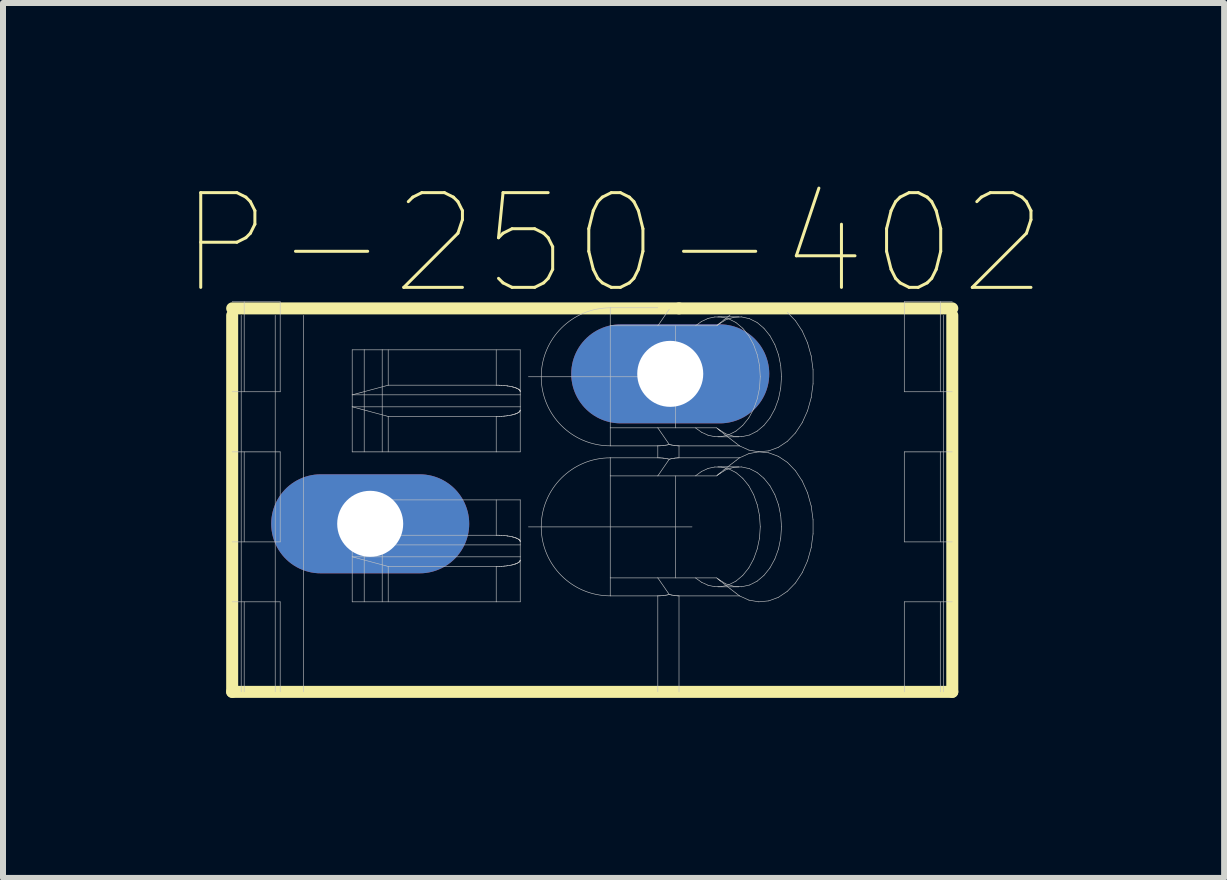
<source format=kicad_pcb>
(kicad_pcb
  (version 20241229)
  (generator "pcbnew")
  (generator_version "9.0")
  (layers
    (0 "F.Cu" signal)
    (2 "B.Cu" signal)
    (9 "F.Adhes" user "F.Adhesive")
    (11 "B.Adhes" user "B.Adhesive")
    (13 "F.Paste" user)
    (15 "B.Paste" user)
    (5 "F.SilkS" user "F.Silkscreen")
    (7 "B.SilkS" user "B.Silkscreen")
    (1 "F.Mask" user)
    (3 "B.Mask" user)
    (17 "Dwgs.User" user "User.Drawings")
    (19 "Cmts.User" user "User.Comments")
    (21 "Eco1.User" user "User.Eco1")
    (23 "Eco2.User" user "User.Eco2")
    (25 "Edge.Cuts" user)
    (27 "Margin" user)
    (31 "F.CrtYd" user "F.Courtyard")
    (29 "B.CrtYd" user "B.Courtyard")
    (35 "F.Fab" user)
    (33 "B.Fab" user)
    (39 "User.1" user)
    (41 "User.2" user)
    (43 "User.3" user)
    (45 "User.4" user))
  (footprint "P-250-402"
    (layer "F.Cu")
    (at 6.819 2.205)
    (property "Reference" "P-250-402" (at 0.356 -1.194 0) (layer "F.SilkS") (effects (font (size 1.579 1.579) (thickness 0.05))))
    (attr through_hole)
    (fp_line (start -6 0) (end -6 6.274) (stroke (width 0.2) (type solid)) (layer "F.SilkS"))
    (fp_line (start -6 6.274) (end 6 6.274) (stroke (width 0.2) (type solid)) (layer "F.SilkS"))
    (fp_line (start 1.446 -0.116) (end -6 -0.116) (stroke (width 0.2) (type solid)) (layer "F.SilkS"))
    (fp_line (start 6 -0.116) (end 1.446 -0.116) (stroke (width 0.2) (type solid)) (layer "F.SilkS"))
    (fp_line (start 6 0) (end 6 6.274) (stroke (width 0.2) (type solid)) (layer "F.SilkS"))
    (fp_line (start -6 1.274) (end -5.2 1.274) (stroke (width 0.01) (type solid)) (layer "Dwgs.User"))
    (fp_line (start -6 3.775) (end -5.2 3.775) (stroke (width 0.01) (type solid)) (layer "Dwgs.User"))
    (fp_line (start -5.85 0) (end -5.85 6.274) (stroke (width 0.01) (type solid)) (layer "Dwgs.User"))
    (fp_line (start -5.8 -0.226) (end -5.8 1.274) (stroke (width 0.01) (type solid)) (layer "Dwgs.User"))
    (fp_line (start -5.8 2.275) (end -5.8 3.775) (stroke (width 0.01) (type solid)) (layer "Dwgs.User"))
    (fp_line (start -5.8 4.774) (end -5.8 6.274) (stroke (width 0.01) (type solid)) (layer "Dwgs.User"))
    (fp_line (start -5.283 0) (end -5.283 6.274) (stroke (width 0.01) (type solid)) (layer "Dwgs.User"))
    (fp_line (start -5.2 -0.226) (end -6 -0.226) (stroke (width 0.01) (type solid)) (layer "Dwgs.User"))
    (fp_line (start -5.2 -0.226) (end -5.2 1.274) (stroke (width 0.01) (type solid)) (layer "Dwgs.User"))
    (fp_line (start -5.2 2.275) (end -6 2.275) (stroke (width 0.01) (type solid)) (layer "Dwgs.User"))
    (fp_line (start -5.2 2.275) (end -5.2 3.775) (stroke (width 0.01) (type solid)) (layer "Dwgs.User"))
    (fp_line (start -5.2 4.774) (end -6 4.774) (stroke (width 0.01) (type solid)) (layer "Dwgs.User"))
    (fp_line (start -5.2 4.774) (end -5.2 6.274) (stroke (width 0.01) (type solid)) (layer "Dwgs.User"))
    (fp_line (start -4.813 0) (end -4.813 6.274) (stroke (width 0.01) (type solid)) (layer "Dwgs.User"))
    (fp_line (start -4 1.325) (end -4 0.575) (stroke (width 0.01) (type solid)) (layer "Dwgs.User"))
    (fp_line (start -4 1.325) (end -3.4 1.164) (stroke (width 0.01) (type solid)) (layer "Dwgs.User"))
    (fp_line (start -4 1.524) (end -4 1.325) (stroke (width 0.01) (type solid)) (layer "Dwgs.User"))
    (fp_line (start -4 2.275) (end -4 1.524) (stroke (width 0.01) (type solid)) (layer "Dwgs.User"))
    (fp_line (start -4 3.825) (end -4 3.075) (stroke (width 0.01) (type solid)) (layer "Dwgs.User"))
    (fp_line (start -4 3.825) (end -3.4 3.664) (stroke (width 0.01) (type solid)) (layer "Dwgs.User"))
    (fp_line (start -4 4.024) (end -4 3.825) (stroke (width 0.01) (type solid)) (layer "Dwgs.User"))
    (fp_line (start -4 4.774) (end -4 4.024) (stroke (width 0.01) (type solid)) (layer "Dwgs.User"))
    (fp_line (start -3.9 3.099) (end -3.9 3.849) (stroke (width 0.01) (type solid)) (layer "Dwgs.User"))
    (fp_line (start -3.8 0.575) (end -4 0.575) (stroke (width 0.01) (type solid)) (layer "Dwgs.User"))
    (fp_line (start -3.8 2.275) (end -3.8 0.575) (stroke (width 0.01) (type solid)) (layer "Dwgs.User"))
    (fp_line (start -3.8 3.075) (end -4 3.075) (stroke (width 0.01) (type solid)) (layer "Dwgs.User"))
    (fp_line (start -3.8 4.774) (end -3.8 3.075) (stroke (width 0.01) (type solid)) (layer "Dwgs.User"))
    (fp_line (start -3.5 0.575) (end -3.8 0.575) (stroke (width 0.01) (type solid)) (layer "Dwgs.User"))
    (fp_line (start -3.5 2.275) (end -3.5 0.575) (stroke (width 0.01) (type solid)) (layer "Dwgs.User"))
    (fp_line (start -3.5 3.075) (end -3.8 3.075) (stroke (width 0.01) (type solid)) (layer "Dwgs.User"))
    (fp_line (start -3.5 3.099) (end -3.9 3.099) (stroke (width 0.01) (type solid)) (layer "Dwgs.User"))
    (fp_line (start -3.5 3.849) (end -3.9 3.849) (stroke (width 0.01) (type solid)) (layer "Dwgs.User"))
    (fp_line (start -3.5 4.774) (end -3.5 3.075) (stroke (width 0.01) (type solid)) (layer "Dwgs.User"))
    (fp_line (start -3.4 1.164) (end -3.4 0.575) (stroke (width 0.01) (type solid)) (layer "Dwgs.User"))
    (fp_line (start -3.4 1.164) (end -1.6 1.164) (stroke (width 0.01) (type solid)) (layer "Dwgs.User"))
    (fp_line (start -3.4 1.685) (end -4 1.524) (stroke (width 0.01) (type solid)) (layer "Dwgs.User"))
    (fp_line (start -3.4 2.275) (end -3.4 1.685) (stroke (width 0.01) (type solid)) (layer "Dwgs.User"))
    (fp_line (start -3.4 3.664) (end -3.4 3.075) (stroke (width 0.01) (type solid)) (layer "Dwgs.User"))
    (fp_line (start -3.4 3.664) (end -1.6 3.664) (stroke (width 0.01) (type solid)) (layer "Dwgs.User"))
    (fp_line (start -3.4 4.185) (end -4 4.024) (stroke (width 0.01) (type solid)) (layer "Dwgs.User"))
    (fp_line (start -3.4 4.774) (end -3.4 4.185) (stroke (width 0.01) (type solid)) (layer "Dwgs.User"))
    (fp_line (start -1.6 1.164) (end -1.6 0.575) (stroke (width 0.01) (type solid)) (layer "Dwgs.User"))
    (fp_line (start -1.6 1.685) (end -3.4 1.685) (stroke (width 0.01) (type solid)) (layer "Dwgs.User"))
    (fp_line (start -1.6 1.685) (end -1.597 1.685) (stroke (width 0.01) (type solid)) (layer "Dwgs.User"))
    (fp_line (start -1.6 2.275) (end -4 2.275) (stroke (width 0.01) (type solid)) (layer "Dwgs.User"))
    (fp_line (start -1.6 2.275) (end -1.6 1.685) (stroke (width 0.01) (type solid)) (layer "Dwgs.User"))
    (fp_line (start -1.6 3.664) (end -1.6 3.075) (stroke (width 0.01) (type solid)) (layer "Dwgs.User"))
    (fp_line (start -1.6 4.185) (end -3.4 4.185) (stroke (width 0.01) (type solid)) (layer "Dwgs.User"))
    (fp_line (start -1.6 4.185) (end -1.597 4.185) (stroke (width 0.01) (type solid)) (layer "Dwgs.User"))
    (fp_line (start -1.6 4.774) (end -4 4.774) (stroke (width 0.01) (type solid)) (layer "Dwgs.User"))
    (fp_line (start -1.6 4.774) (end -1.6 4.185) (stroke (width 0.01) (type solid)) (layer "Dwgs.User"))
    (fp_line (start -1.597 1.164) (end -1.6 1.164) (stroke (width 0.01) (type solid)) (layer "Dwgs.User"))
    (fp_line (start -1.597 1.685) (end -1.591 1.685) (stroke (width 0.01) (type solid)) (layer "Dwgs.User"))
    (fp_line (start -1.597 3.664) (end -1.6 3.664) (stroke (width 0.01) (type solid)) (layer "Dwgs.User"))
    (fp_line (start -1.597 4.185) (end -1.591 4.185) (stroke (width 0.01) (type solid)) (layer "Dwgs.User"))
    (fp_line (start -1.591 1.164) (end -1.597 1.164) (stroke (width 0.01) (type solid)) (layer "Dwgs.User"))
    (fp_line (start -1.591 1.685) (end -1.583 1.685) (stroke (width 0.01) (type solid)) (layer "Dwgs.User"))
    (fp_line (start -1.591 3.664) (end -1.597 3.664) (stroke (width 0.01) (type solid)) (layer "Dwgs.User"))
    (fp_line (start -1.591 4.185) (end -1.583 4.185) (stroke (width 0.01) (type solid)) (layer "Dwgs.User"))
    (fp_line (start -1.583 1.164) (end -1.591 1.164) (stroke (width 0.01) (type solid)) (layer "Dwgs.User"))
    (fp_line (start -1.583 1.685) (end -1.58 1.685) (stroke (width 0.01) (type solid)) (layer "Dwgs.User"))
    (fp_line (start -1.583 3.664) (end -1.591 3.664) (stroke (width 0.01) (type solid)) (layer "Dwgs.User"))
    (fp_line (start -1.583 4.185) (end -1.58 4.185) (stroke (width 0.01) (type solid)) (layer "Dwgs.User"))
    (fp_line (start -1.58 1.164) (end -1.583 1.164) (stroke (width 0.01) (type solid)) (layer "Dwgs.User"))
    (fp_line (start -1.58 1.685) (end -1.562 1.685) (stroke (width 0.01) (type solid)) (layer "Dwgs.User"))
    (fp_line (start -1.58 3.664) (end -1.583 3.664) (stroke (width 0.01) (type solid)) (layer "Dwgs.User"))
    (fp_line (start -1.58 4.185) (end -1.562 4.185) (stroke (width 0.01) (type solid)) (layer "Dwgs.User"))
    (fp_line (start -1.562 1.164) (end -1.58 1.164) (stroke (width 0.01) (type solid)) (layer "Dwgs.User"))
    (fp_line (start -1.562 1.685) (end -1.556 1.685) (stroke (width 0.01) (type solid)) (layer "Dwgs.User"))
    (fp_line (start -1.562 3.664) (end -1.58 3.664) (stroke (width 0.01) (type solid)) (layer "Dwgs.User"))
    (fp_line (start -1.562 4.185) (end -1.556 4.185) (stroke (width 0.01) (type solid)) (layer "Dwgs.User"))
    (fp_line (start -1.556 1.164) (end -1.562 1.164) (stroke (width 0.01) (type solid)) (layer "Dwgs.User"))
    (fp_line (start -1.556 1.685) (end -1.551 1.685) (stroke (width 0.01) (type solid)) (layer "Dwgs.User"))
    (fp_line (start -1.556 3.664) (end -1.562 3.664) (stroke (width 0.01) (type solid)) (layer "Dwgs.User"))
    (fp_line (start -1.556 4.185) (end -1.551 4.184) (stroke (width 0.01) (type solid)) (layer "Dwgs.User"))
    (fp_line (start -1.551 1.165) (end -1.556 1.164) (stroke (width 0.01) (type solid)) (layer "Dwgs.User"))
    (fp_line (start -1.551 1.685) (end -1.548 1.684) (stroke (width 0.01) (type solid)) (layer "Dwgs.User"))
    (fp_line (start -1.551 3.664) (end -1.556 3.664) (stroke (width 0.01) (type solid)) (layer "Dwgs.User"))
    (fp_line (start -1.551 4.184) (end -1.548 4.184) (stroke (width 0.01) (type solid)) (layer "Dwgs.User"))
    (fp_line (start -1.548 1.165) (end -1.551 1.165) (stroke (width 0.01) (type solid)) (layer "Dwgs.User"))
    (fp_line (start -1.548 1.684) (end -1.545 1.684) (stroke (width 0.01) (type solid)) (layer "Dwgs.User"))
    (fp_line (start -1.548 3.665) (end -1.551 3.664) (stroke (width 0.01) (type solid)) (layer "Dwgs.User"))
    (fp_line (start -1.548 4.184) (end -1.545 4.184) (stroke (width 0.01) (type solid)) (layer "Dwgs.User"))
    (fp_line (start -1.545 1.165) (end -1.548 1.165) (stroke (width 0.01) (type solid)) (layer "Dwgs.User"))
    (fp_line (start -1.545 1.684) (end -1.539 1.684) (stroke (width 0.01) (type solid)) (layer "Dwgs.User"))
    (fp_line (start -1.545 3.665) (end -1.548 3.665) (stroke (width 0.01) (type solid)) (layer "Dwgs.User"))
    (fp_line (start -1.545 4.184) (end -1.539 4.184) (stroke (width 0.01) (type solid)) (layer "Dwgs.User"))
    (fp_line (start -1.539 1.165) (end -1.545 1.165) (stroke (width 0.01) (type solid)) (layer "Dwgs.User"))
    (fp_line (start -1.539 1.684) (end -1.533 1.684) (stroke (width 0.01) (type solid)) (layer "Dwgs.User"))
    (fp_line (start -1.539 3.665) (end -1.545 3.665) (stroke (width 0.01) (type solid)) (layer "Dwgs.User"))
    (fp_line (start -1.539 4.184) (end -1.533 4.184) (stroke (width 0.01) (type solid)) (layer "Dwgs.User"))
    (fp_line (start -1.533 1.165) (end -1.539 1.165) (stroke (width 0.01) (type solid)) (layer "Dwgs.User"))
    (fp_line (start -1.533 1.684) (end -1.516 1.683) (stroke (width 0.01) (type solid)) (layer "Dwgs.User"))
    (fp_line (start -1.533 3.665) (end -1.539 3.665) (stroke (width 0.01) (type solid)) (layer "Dwgs.User"))
    (fp_line (start -1.533 4.184) (end -1.516 4.183) (stroke (width 0.01) (type solid)) (layer "Dwgs.User"))
    (fp_line (start -1.516 1.166) (end -1.533 1.165) (stroke (width 0.01) (type solid)) (layer "Dwgs.User"))
    (fp_line (start -1.516 1.683) (end -1.513 1.683) (stroke (width 0.01) (type solid)) (layer "Dwgs.User"))
    (fp_line (start -1.516 3.666) (end -1.533 3.665) (stroke (width 0.01) (type solid)) (layer "Dwgs.User"))
    (fp_line (start -1.516 4.183) (end -1.513 4.183) (stroke (width 0.01) (type solid)) (layer "Dwgs.User"))
    (fp_line (start -1.513 1.166) (end -1.516 1.166) (stroke (width 0.01) (type solid)) (layer "Dwgs.User"))
    (fp_line (start -1.513 1.683) (end -1.511 1.683) (stroke (width 0.01) (type solid)) (layer "Dwgs.User"))
    (fp_line (start -1.513 3.666) (end -1.516 3.666) (stroke (width 0.01) (type solid)) (layer "Dwgs.User"))
    (fp_line (start -1.513 4.183) (end -1.511 4.183) (stroke (width 0.01) (type solid)) (layer "Dwgs.User"))
    (fp_line (start -1.511 1.166) (end -1.513 1.166) (stroke (width 0.01) (type solid)) (layer "Dwgs.User"))
    (fp_line (start -1.511 1.683) (end -1.505 1.682) (stroke (width 0.01) (type solid)) (layer "Dwgs.User"))
    (fp_line (start -1.511 3.666) (end -1.513 3.666) (stroke (width 0.01) (type solid)) (layer "Dwgs.User"))
    (fp_line (start -1.511 4.183) (end -1.505 4.182) (stroke (width 0.01) (type solid)) (layer "Dwgs.User"))
    (fp_line (start -1.505 1.167) (end -1.511 1.166) (stroke (width 0.01) (type solid)) (layer "Dwgs.User"))
    (fp_line (start -1.505 1.682) (end -1.488 1.681) (stroke (width 0.01) (type solid)) (layer "Dwgs.User"))
    (fp_line (start -1.505 3.667) (end -1.511 3.666) (stroke (width 0.01) (type solid)) (layer "Dwgs.User"))
    (fp_line (start -1.505 4.182) (end -1.488 4.181) (stroke (width 0.01) (type solid)) (layer "Dwgs.User"))
    (fp_line (start -1.488 1.168) (end -1.505 1.167) (stroke (width 0.01) (type solid)) (layer "Dwgs.User"))
    (fp_line (start -1.488 1.681) (end -1.482 1.681) (stroke (width 0.01) (type solid)) (layer "Dwgs.User"))
    (fp_line (start -1.488 3.668) (end -1.505 3.667) (stroke (width 0.01) (type solid)) (layer "Dwgs.User"))
    (fp_line (start -1.488 4.181) (end -1.482 4.181) (stroke (width 0.01) (type solid)) (layer "Dwgs.User"))
    (fp_line (start -1.482 1.169) (end -1.488 1.168) (stroke (width 0.01) (type solid)) (layer "Dwgs.User"))
    (fp_line (start -1.482 1.681) (end -1.477 1.68) (stroke (width 0.01) (type solid)) (layer "Dwgs.User"))
    (fp_line (start -1.482 3.668) (end -1.488 3.668) (stroke (width 0.01) (type solid)) (layer "Dwgs.User"))
    (fp_line (start -1.482 4.181) (end -1.477 4.18) (stroke (width 0.01) (type solid)) (layer "Dwgs.User"))
    (fp_line (start -1.477 1.169) (end -1.482 1.169) (stroke (width 0.01) (type solid)) (layer "Dwgs.User"))
    (fp_line (start -1.477 1.68) (end -1.466 1.679) (stroke (width 0.01) (type solid)) (layer "Dwgs.User"))
    (fp_line (start -1.477 3.669) (end -1.482 3.668) (stroke (width 0.01) (type solid)) (layer "Dwgs.User"))
    (fp_line (start -1.477 4.18) (end -1.466 4.179) (stroke (width 0.01) (type solid)) (layer "Dwgs.User"))
    (fp_line (start -1.466 1.17) (end -1.477 1.169) (stroke (width 0.01) (type solid)) (layer "Dwgs.User"))
    (fp_line (start -1.466 1.679) (end -1.46 1.679) (stroke (width 0.01) (type solid)) (layer "Dwgs.User"))
    (fp_line (start -1.466 3.67) (end -1.477 3.669) (stroke (width 0.01) (type solid)) (layer "Dwgs.User"))
    (fp_line (start -1.466 4.179) (end -1.46 4.178) (stroke (width 0.01) (type solid)) (layer "Dwgs.User"))
    (fp_line (start -1.46 1.171) (end -1.466 1.17) (stroke (width 0.01) (type solid)) (layer "Dwgs.User"))
    (fp_line (start -1.46 1.679) (end -1.455 1.678) (stroke (width 0.01) (type solid)) (layer "Dwgs.User"))
    (fp_line (start -1.46 3.671) (end -1.466 3.67) (stroke (width 0.01) (type solid)) (layer "Dwgs.User"))
    (fp_line (start -1.46 4.178) (end -1.455 4.178) (stroke (width 0.01) (type solid)) (layer "Dwgs.User"))
    (fp_line (start -1.455 1.171) (end -1.46 1.171) (stroke (width 0.01) (type solid)) (layer "Dwgs.User"))
    (fp_line (start -1.455 1.678) (end -1.444 1.677) (stroke (width 0.01) (type solid)) (layer "Dwgs.User"))
    (fp_line (start -1.455 3.671) (end -1.46 3.671) (stroke (width 0.01) (type solid)) (layer "Dwgs.User"))
    (fp_line (start -1.455 4.178) (end -1.444 4.177) (stroke (width 0.01) (type solid)) (layer "Dwgs.User"))
    (fp_line (start -1.444 1.172) (end -1.455 1.171) (stroke (width 0.01) (type solid)) (layer "Dwgs.User"))
    (fp_line (start -1.444 1.677) (end -1.434 1.676) (stroke (width 0.01) (type solid)) (layer "Dwgs.User"))
    (fp_line (start -1.444 3.672) (end -1.455 3.671) (stroke (width 0.01) (type solid)) (layer "Dwgs.User"))
    (fp_line (start -1.444 4.177) (end -1.434 4.176) (stroke (width 0.01) (type solid)) (layer "Dwgs.User"))
    (fp_line (start -1.434 1.173) (end -1.444 1.172) (stroke (width 0.01) (type solid)) (layer "Dwgs.User"))
    (fp_line (start -1.434 1.676) (end -1.428 1.675) (stroke (width 0.01) (type solid)) (layer "Dwgs.User"))
    (fp_line (start -1.434 3.673) (end -1.444 3.672) (stroke (width 0.01) (type solid)) (layer "Dwgs.User"))
    (fp_line (start -1.434 4.176) (end -1.428 4.175) (stroke (width 0.01) (type solid)) (layer "Dwgs.User"))
    (fp_line (start -1.428 1.174) (end -1.434 1.173) (stroke (width 0.01) (type solid)) (layer "Dwgs.User"))
    (fp_line (start -1.428 1.675) (end -1.418 1.673) (stroke (width 0.01) (type solid)) (layer "Dwgs.User"))
    (fp_line (start -1.428 3.674) (end -1.434 3.673) (stroke (width 0.01) (type solid)) (layer "Dwgs.User"))
    (fp_line (start -1.428 4.175) (end -1.418 4.173) (stroke (width 0.01) (type solid)) (layer "Dwgs.User"))
    (fp_line (start -1.418 1.175) (end -1.428 1.174) (stroke (width 0.01) (type solid)) (layer "Dwgs.User"))
    (fp_line (start -1.418 1.673) (end -1.415 1.673) (stroke (width 0.01) (type solid)) (layer "Dwgs.User"))
    (fp_line (start -1.418 3.675) (end -1.428 3.674) (stroke (width 0.01) (type solid)) (layer "Dwgs.User"))
    (fp_line (start -1.418 4.173) (end -1.415 4.173) (stroke (width 0.01) (type solid)) (layer "Dwgs.User"))
    (fp_line (start -1.415 1.176) (end -1.418 1.175) (stroke (width 0.01) (type solid)) (layer "Dwgs.User"))
    (fp_line (start -1.415 1.673) (end -1.413 1.673) (stroke (width 0.01) (type solid)) (layer "Dwgs.User"))
    (fp_line (start -1.415 3.676) (end -1.418 3.675) (stroke (width 0.01) (type solid)) (layer "Dwgs.User"))
    (fp_line (start -1.415 4.173) (end -1.413 4.173) (stroke (width 0.01) (type solid)) (layer "Dwgs.User"))
    (fp_line (start -1.413 1.176) (end -1.415 1.176) (stroke (width 0.01) (type solid)) (layer "Dwgs.User"))
    (fp_line (start -1.413 1.673) (end -1.408 1.672) (stroke (width 0.01) (type solid)) (layer "Dwgs.User"))
    (fp_line (start -1.413 3.676) (end -1.415 3.676) (stroke (width 0.01) (type solid)) (layer "Dwgs.User"))
    (fp_line (start -1.413 4.173) (end -1.408 4.172) (stroke (width 0.01) (type solid)) (layer "Dwgs.User"))
    (fp_line (start -1.408 1.177) (end -1.413 1.176) (stroke (width 0.01) (type solid)) (layer "Dwgs.User"))
    (fp_line (start -1.408 1.672) (end -1.403 1.671) (stroke (width 0.01) (type solid)) (layer "Dwgs.User"))
    (fp_line (start -1.408 3.677) (end -1.413 3.676) (stroke (width 0.01) (type solid)) (layer "Dwgs.User"))
    (fp_line (start -1.408 4.172) (end -1.403 4.171) (stroke (width 0.01) (type solid)) (layer "Dwgs.User"))
    (fp_line (start -1.403 1.178) (end -1.408 1.177) (stroke (width 0.01) (type solid)) (layer "Dwgs.User"))
    (fp_line (start -1.403 1.671) (end -1.387 1.669) (stroke (width 0.01) (type solid)) (layer "Dwgs.User"))
    (fp_line (start -1.403 3.678) (end -1.408 3.677) (stroke (width 0.01) (type solid)) (layer "Dwgs.User"))
    (fp_line (start -1.403 4.171) (end -1.387 4.169) (stroke (width 0.01) (type solid)) (layer "Dwgs.User"))
    (fp_line (start -1.387 1.18) (end -1.403 1.178) (stroke (width 0.01) (type solid)) (layer "Dwgs.User"))
    (fp_line (start -1.387 1.669) (end -1.385 1.669) (stroke (width 0.01) (type solid)) (layer "Dwgs.User"))
    (fp_line (start -1.387 3.68) (end -1.403 3.678) (stroke (width 0.01) (type solid)) (layer "Dwgs.User"))
    (fp_line (start -1.387 4.169) (end -1.385 4.168) (stroke (width 0.01) (type solid)) (layer "Dwgs.User"))
    (fp_line (start -1.385 1.181) (end -1.387 1.18) (stroke (width 0.01) (type solid)) (layer "Dwgs.User"))
    (fp_line (start -1.385 1.669) (end -1.383 1.668) (stroke (width 0.01) (type solid)) (layer "Dwgs.User"))
    (fp_line (start -1.385 3.68) (end -1.387 3.68) (stroke (width 0.01) (type solid)) (layer "Dwgs.User"))
    (fp_line (start -1.385 4.168) (end -1.383 4.168) (stroke (width 0.01) (type solid)) (layer "Dwgs.User"))
    (fp_line (start -1.383 1.181) (end -1.385 1.181) (stroke (width 0.01) (type solid)) (layer "Dwgs.User"))
    (fp_line (start -1.383 1.668) (end -1.368 1.665) (stroke (width 0.01) (type solid)) (layer "Dwgs.User"))
    (fp_line (start -1.383 3.681) (end -1.385 3.68) (stroke (width 0.01) (type solid)) (layer "Dwgs.User"))
    (fp_line (start -1.383 4.168) (end -1.368 4.165) (stroke (width 0.01) (type solid)) (layer "Dwgs.User"))
    (fp_line (start -1.368 1.184) (end -1.383 1.181) (stroke (width 0.01) (type solid)) (layer "Dwgs.User"))
    (fp_line (start -1.368 1.665) (end -1.359 1.664) (stroke (width 0.01) (type solid)) (layer "Dwgs.User"))
    (fp_line (start -1.368 3.684) (end -1.383 3.681) (stroke (width 0.01) (type solid)) (layer "Dwgs.User"))
    (fp_line (start -1.368 4.165) (end -1.359 4.164) (stroke (width 0.01) (type solid)) (layer "Dwgs.User"))
    (fp_line (start -1.359 1.185) (end -1.368 1.184) (stroke (width 0.01) (type solid)) (layer "Dwgs.User"))
    (fp_line (start -1.359 1.664) (end -1.354 1.663) (stroke (width 0.01) (type solid)) (layer "Dwgs.User"))
    (fp_line (start -1.359 3.685) (end -1.368 3.684) (stroke (width 0.01) (type solid)) (layer "Dwgs.User"))
    (fp_line (start -1.359 4.164) (end -1.354 4.163) (stroke (width 0.01) (type solid)) (layer "Dwgs.User"))
    (fp_line (start -1.354 1.186) (end -1.359 1.185) (stroke (width 0.01) (type solid)) (layer "Dwgs.User"))
    (fp_line (start -1.354 1.663) (end -1.35 1.662) (stroke (width 0.01) (type solid)) (layer "Dwgs.User"))
    (fp_line (start -1.354 3.686) (end -1.359 3.685) (stroke (width 0.01) (type solid)) (layer "Dwgs.User"))
    (fp_line (start -1.354 4.163) (end -1.35 4.162) (stroke (width 0.01) (type solid)) (layer "Dwgs.User"))
    (fp_line (start -1.35 1.187) (end -1.354 1.186) (stroke (width 0.01) (type solid)) (layer "Dwgs.User"))
    (fp_line (start -1.35 1.662) (end -1.345 1.661) (stroke (width 0.01) (type solid)) (layer "Dwgs.User"))
    (fp_line (start -1.35 3.687) (end -1.354 3.686) (stroke (width 0.01) (type solid)) (layer "Dwgs.User"))
    (fp_line (start -1.35 4.162) (end -1.345 4.161) (stroke (width 0.01) (type solid)) (layer "Dwgs.User"))
    (fp_line (start -1.345 1.188) (end -1.35 1.187) (stroke (width 0.01) (type solid)) (layer "Dwgs.User"))
    (fp_line (start -1.345 1.661) (end -1.336 1.659) (stroke (width 0.01) (type solid)) (layer "Dwgs.User"))
    (fp_line (start -1.345 3.688) (end -1.35 3.687) (stroke (width 0.01) (type solid)) (layer "Dwgs.User"))
    (fp_line (start -1.345 4.161) (end -1.336 4.159) (stroke (width 0.01) (type solid)) (layer "Dwgs.User"))
    (fp_line (start -1.336 1.19) (end -1.345 1.188) (stroke (width 0.01) (type solid)) (layer "Dwgs.User"))
    (fp_line (start -1.336 1.659) (end -1.332 1.658) (stroke (width 0.01) (type solid)) (layer "Dwgs.User"))
    (fp_line (start -1.336 3.69) (end -1.345 3.688) (stroke (width 0.01) (type solid)) (layer "Dwgs.User"))
    (fp_line (start -1.336 4.159) (end -1.332 4.158) (stroke (width 0.01) (type solid)) (layer "Dwgs.User"))
    (fp_line (start -1.332 1.191) (end -1.336 1.19) (stroke (width 0.01) (type solid)) (layer "Dwgs.User"))
    (fp_line (start -1.332 1.658) (end -1.33 1.657) (stroke (width 0.01) (type solid)) (layer "Dwgs.User"))
    (fp_line (start -1.332 3.691) (end -1.336 3.69) (stroke (width 0.01) (type solid)) (layer "Dwgs.User"))
    (fp_line (start -1.332 4.158) (end -1.33 4.157) (stroke (width 0.01) (type solid)) (layer "Dwgs.User"))
    (fp_line (start -1.33 1.192) (end -1.332 1.191) (stroke (width 0.01) (type solid)) (layer "Dwgs.User"))
    (fp_line (start -1.33 1.657) (end -1.328 1.657) (stroke (width 0.01) (type solid)) (layer "Dwgs.User"))
    (fp_line (start -1.33 3.692) (end -1.332 3.691) (stroke (width 0.01) (type solid)) (layer "Dwgs.User"))
    (fp_line (start -1.33 4.157) (end -1.328 4.157) (stroke (width 0.01) (type solid)) (layer "Dwgs.User"))
    (fp_line (start -1.328 1.192) (end -1.33 1.192) (stroke (width 0.01) (type solid)) (layer "Dwgs.User"))
    (fp_line (start -1.328 1.657) (end -1.319 1.654) (stroke (width 0.01) (type solid)) (layer "Dwgs.User"))
    (fp_line (start -1.328 3.692) (end -1.33 3.692) (stroke (width 0.01) (type solid)) (layer "Dwgs.User"))
    (fp_line (start -1.328 4.157) (end -1.319 4.154) (stroke (width 0.01) (type solid)) (layer "Dwgs.User"))
    (fp_line (start -1.319 1.195) (end -1.328 1.192) (stroke (width 0.01) (type solid)) (layer "Dwgs.User"))
    (fp_line (start -1.319 1.654) (end -1.317 1.654) (stroke (width 0.01) (type solid)) (layer "Dwgs.User"))
    (fp_line (start -1.319 3.695) (end -1.328 3.692) (stroke (width 0.01) (type solid)) (layer "Dwgs.User"))
    (fp_line (start -1.319 4.154) (end -1.317 4.154) (stroke (width 0.01) (type solid)) (layer "Dwgs.User"))
    (fp_line (start -1.317 1.195) (end -1.319 1.195) (stroke (width 0.01) (type solid)) (layer "Dwgs.User"))
    (fp_line (start -1.317 1.654) (end -1.315 1.653) (stroke (width 0.01) (type solid)) (layer "Dwgs.User"))
    (fp_line (start -1.317 3.695) (end -1.319 3.695) (stroke (width 0.01) (type solid)) (layer "Dwgs.User"))
    (fp_line (start -1.317 4.154) (end -1.315 4.153) (stroke (width 0.01) (type solid)) (layer "Dwgs.User"))
    (fp_line (start -1.315 1.196) (end -1.317 1.195) (stroke (width 0.01) (type solid)) (layer "Dwgs.User"))
    (fp_line (start -1.315 1.653) (end -1.307 1.651) (stroke (width 0.01) (type solid)) (layer "Dwgs.User"))
    (fp_line (start -1.315 3.696) (end -1.317 3.695) (stroke (width 0.01) (type solid)) (layer "Dwgs.User"))
    (fp_line (start -1.315 4.153) (end -1.307 4.151) (stroke (width 0.01) (type solid)) (layer "Dwgs.User"))
    (fp_line (start -1.307 1.198) (end -1.315 1.196) (stroke (width 0.01) (type solid)) (layer "Dwgs.User"))
    (fp_line (start -1.307 1.651) (end -1.303 1.65) (stroke (width 0.01) (type solid)) (layer "Dwgs.User"))
    (fp_line (start -1.307 3.698) (end -1.315 3.696) (stroke (width 0.01) (type solid)) (layer "Dwgs.User"))
    (fp_line (start -1.307 4.151) (end -1.303 4.15) (stroke (width 0.01) (type solid)) (layer "Dwgs.User"))
    (fp_line (start -1.303 1.199) (end -1.307 1.198) (stroke (width 0.01) (type solid)) (layer "Dwgs.User"))
    (fp_line (start -1.303 1.65) (end -1.299 1.649) (stroke (width 0.01) (type solid)) (layer "Dwgs.User"))
    (fp_line (start -1.303 3.699) (end -1.307 3.698) (stroke (width 0.01) (type solid)) (layer "Dwgs.User"))
    (fp_line (start -1.303 4.15) (end -1.299 4.149) (stroke (width 0.01) (type solid)) (layer "Dwgs.User"))
    (fp_line (start -1.299 1.2) (end -1.303 1.199) (stroke (width 0.01) (type solid)) (layer "Dwgs.User"))
    (fp_line (start -1.299 1.649) (end -1.292 1.646) (stroke (width 0.01) (type solid)) (layer "Dwgs.User"))
    (fp_line (start -1.299 3.7) (end -1.303 3.699) (stroke (width 0.01) (type solid)) (layer "Dwgs.User"))
    (fp_line (start -1.299 4.149) (end -1.292 4.146) (stroke (width 0.01) (type solid)) (layer "Dwgs.User"))
    (fp_line (start -1.292 1.203) (end -1.299 1.2) (stroke (width 0.01) (type solid)) (layer "Dwgs.User"))
    (fp_line (start -1.292 1.646) (end -1.288 1.645) (stroke (width 0.01) (type solid)) (layer "Dwgs.User"))
    (fp_line (start -1.292 3.703) (end -1.299 3.7) (stroke (width 0.01) (type solid)) (layer "Dwgs.User"))
    (fp_line (start -1.292 4.146) (end -1.288 4.145) (stroke (width 0.01) (type solid)) (layer "Dwgs.User"))
    (fp_line (start -1.288 1.204) (end -1.292 1.203) (stroke (width 0.01) (type solid)) (layer "Dwgs.User"))
    (fp_line (start -1.288 1.645) (end -1.284 1.644) (stroke (width 0.01) (type solid)) (layer "Dwgs.User"))
    (fp_line (start -1.288 3.704) (end -1.292 3.703) (stroke (width 0.01) (type solid)) (layer "Dwgs.User"))
    (fp_line (start -1.288 4.145) (end -1.284 4.144) (stroke (width 0.01) (type solid)) (layer "Dwgs.User"))
    (fp_line (start -1.284 1.205) (end -1.288 1.204) (stroke (width 0.01) (type solid)) (layer "Dwgs.User"))
    (fp_line (start -1.284 1.644) (end -1.283 1.643) (stroke (width 0.01) (type solid)) (layer "Dwgs.User"))
    (fp_line (start -1.284 3.705) (end -1.288 3.704) (stroke (width 0.01) (type solid)) (layer "Dwgs.User"))
    (fp_line (start -1.284 4.144) (end -1.283 4.143) (stroke (width 0.01) (type solid)) (layer "Dwgs.User"))
    (fp_line (start -1.283 1.206) (end -1.284 1.205) (stroke (width 0.01) (type solid)) (layer "Dwgs.User"))
    (fp_line (start -1.283 1.643) (end -1.281 1.643) (stroke (width 0.01) (type solid)) (layer "Dwgs.User"))
    (fp_line (start -1.283 3.706) (end -1.284 3.705) (stroke (width 0.01) (type solid)) (layer "Dwgs.User"))
    (fp_line (start -1.283 4.143) (end -1.281 4.143) (stroke (width 0.01) (type solid)) (layer "Dwgs.User"))
    (fp_line (start -1.281 1.206) (end -1.283 1.206) (stroke (width 0.01) (type solid)) (layer "Dwgs.User"))
    (fp_line (start -1.281 1.643) (end -1.277 1.641) (stroke (width 0.01) (type solid)) (layer "Dwgs.User"))
    (fp_line (start -1.281 3.706) (end -1.283 3.706) (stroke (width 0.01) (type solid)) (layer "Dwgs.User"))
    (fp_line (start -1.281 4.143) (end -1.277 4.141) (stroke (width 0.01) (type solid)) (layer "Dwgs.User"))
    (fp_line (start -1.277 1.208) (end -1.281 1.206) (stroke (width 0.01) (type solid)) (layer "Dwgs.User"))
    (fp_line (start -1.277 1.641) (end -1.274 1.64) (stroke (width 0.01) (type solid)) (layer "Dwgs.User"))
    (fp_line (start -1.277 3.708) (end -1.281 3.706) (stroke (width 0.01) (type solid)) (layer "Dwgs.User"))
    (fp_line (start -1.277 4.141) (end -1.274 4.14) (stroke (width 0.01) (type solid)) (layer "Dwgs.User"))
    (fp_line (start -1.274 1.209) (end -1.277 1.208) (stroke (width 0.01) (type solid)) (layer "Dwgs.User"))
    (fp_line (start -1.274 1.64) (end -1.267 1.638) (stroke (width 0.01) (type solid)) (layer "Dwgs.User"))
    (fp_line (start -1.274 3.709) (end -1.277 3.708) (stroke (width 0.01) (type solid)) (layer "Dwgs.User"))
    (fp_line (start -1.274 4.14) (end -1.267 4.138) (stroke (width 0.01) (type solid)) (layer "Dwgs.User"))
    (fp_line (start -1.267 1.211) (end -1.274 1.209) (stroke (width 0.01) (type solid)) (layer "Dwgs.User"))
    (fp_line (start -1.267 1.638) (end -1.264 1.636) (stroke (width 0.01) (type solid)) (layer "Dwgs.User"))
    (fp_line (start -1.267 3.711) (end -1.274 3.709) (stroke (width 0.01) (type solid)) (layer "Dwgs.User"))
    (fp_line (start -1.267 4.138) (end -1.264 4.136) (stroke (width 0.01) (type solid)) (layer "Dwgs.User"))
    (fp_line (start -1.264 1.213) (end -1.267 1.211) (stroke (width 0.01) (type solid)) (layer "Dwgs.User"))
    (fp_line (start -1.264 1.636) (end -1.263 1.636) (stroke (width 0.01) (type solid)) (layer "Dwgs.User"))
    (fp_line (start -1.264 3.713) (end -1.267 3.711) (stroke (width 0.01) (type solid)) (layer "Dwgs.User"))
    (fp_line (start -1.264 4.136) (end -1.263 4.136) (stroke (width 0.01) (type solid)) (layer "Dwgs.User"))
    (fp_line (start -1.263 1.213) (end -1.264 1.213) (stroke (width 0.01) (type solid)) (layer "Dwgs.User"))
    (fp_line (start -1.263 1.636) (end -1.261 1.635) (stroke (width 0.01) (type solid)) (layer "Dwgs.User"))
    (fp_line (start -1.263 3.713) (end -1.264 3.713) (stroke (width 0.01) (type solid)) (layer "Dwgs.User"))
    (fp_line (start -1.263 4.136) (end -1.261 4.135) (stroke (width 0.01) (type solid)) (layer "Dwgs.User"))
    (fp_line (start -1.261 1.214) (end -1.263 1.213) (stroke (width 0.01) (type solid)) (layer "Dwgs.User"))
    (fp_line (start -1.261 1.635) (end -1.258 1.634) (stroke (width 0.01) (type solid)) (layer "Dwgs.User"))
    (fp_line (start -1.261 3.714) (end -1.263 3.713) (stroke (width 0.01) (type solid)) (layer "Dwgs.User"))
    (fp_line (start -1.261 4.135) (end -1.258 4.134) (stroke (width 0.01) (type solid)) (layer "Dwgs.User"))
    (fp_line (start -1.258 1.215) (end -1.261 1.214) (stroke (width 0.01) (type solid)) (layer "Dwgs.User"))
    (fp_line (start -1.258 1.634) (end -1.255 1.632) (stroke (width 0.01) (type solid)) (layer "Dwgs.User"))
    (fp_line (start -1.258 3.715) (end -1.261 3.714) (stroke (width 0.01) (type solid)) (layer "Dwgs.User"))
    (fp_line (start -1.258 4.134) (end -1.255 4.132) (stroke (width 0.01) (type solid)) (layer "Dwgs.User"))
    (fp_line (start -1.255 1.217) (end -1.258 1.215) (stroke (width 0.01) (type solid)) (layer "Dwgs.User"))
    (fp_line (start -1.255 1.632) (end -1.252 1.631) (stroke (width 0.01) (type solid)) (layer "Dwgs.User"))
    (fp_line (start -1.255 3.717) (end -1.258 3.715) (stroke (width 0.01) (type solid)) (layer "Dwgs.User"))
    (fp_line (start -1.255 4.132) (end -1.252 4.131) (stroke (width 0.01) (type solid)) (layer "Dwgs.User"))
    (fp_line (start -1.252 1.218) (end -1.255 1.217) (stroke (width 0.01) (type solid)) (layer "Dwgs.User"))
    (fp_line (start -1.252 1.631) (end -1.249 1.63) (stroke (width 0.01) (type solid)) (layer "Dwgs.User"))
    (fp_line (start -1.252 3.718) (end -1.255 3.717) (stroke (width 0.01) (type solid)) (layer "Dwgs.User"))
    (fp_line (start -1.252 4.131) (end -1.249 4.13) (stroke (width 0.01) (type solid)) (layer "Dwgs.User"))
    (fp_line (start -1.249 1.219) (end -1.252 1.218) (stroke (width 0.01) (type solid)) (layer "Dwgs.User"))
    (fp_line (start -1.249 1.63) (end -1.246 1.628) (stroke (width 0.01) (type solid)) (layer "Dwgs.User"))
    (fp_line (start -1.249 3.719) (end -1.252 3.718) (stroke (width 0.01) (type solid)) (layer "Dwgs.User"))
    (fp_line (start -1.249 4.13) (end -1.246 4.128) (stroke (width 0.01) (type solid)) (layer "Dwgs.User"))
    (fp_line (start -1.246 1.221) (end -1.249 1.219) (stroke (width 0.01) (type solid)) (layer "Dwgs.User"))
    (fp_line (start -1.246 1.628) (end -1.239 1.624) (stroke (width 0.01) (type solid)) (layer "Dwgs.User"))
    (fp_line (start -1.246 3.721) (end -1.249 3.719) (stroke (width 0.01) (type solid)) (layer "Dwgs.User"))
    (fp_line (start -1.246 4.128) (end -1.239 4.124) (stroke (width 0.01) (type solid)) (layer "Dwgs.User"))
    (fp_line (start -1.239 1.225) (end -1.246 1.221) (stroke (width 0.01) (type solid)) (layer "Dwgs.User"))
    (fp_line (start -1.239 1.624) (end -1.234 1.621) (stroke (width 0.01) (type solid)) (layer "Dwgs.User"))
    (fp_line (start -1.239 3.725) (end -1.246 3.721) (stroke (width 0.01) (type solid)) (layer "Dwgs.User"))
    (fp_line (start -1.239 4.124) (end -1.234 4.121) (stroke (width 0.01) (type solid)) (layer "Dwgs.User"))
    (fp_line (start -1.234 1.228) (end -1.239 1.225) (stroke (width 0.01) (type solid)) (layer "Dwgs.User"))
    (fp_line (start -1.234 1.621) (end -1.232 1.62) (stroke (width 0.01) (type solid)) (layer "Dwgs.User"))
    (fp_line (start -1.234 3.728) (end -1.239 3.725) (stroke (width 0.01) (type solid)) (layer "Dwgs.User"))
    (fp_line (start -1.234 4.121) (end -1.232 4.12) (stroke (width 0.01) (type solid)) (layer "Dwgs.User"))
    (fp_line (start -1.232 1.229) (end -1.234 1.228) (stroke (width 0.01) (type solid)) (layer "Dwgs.User"))
    (fp_line (start -1.232 1.62) (end -1.23 1.619) (stroke (width 0.01) (type solid)) (layer "Dwgs.User"))
    (fp_line (start -1.232 3.729) (end -1.234 3.728) (stroke (width 0.01) (type solid)) (layer "Dwgs.User"))
    (fp_line (start -1.232 4.12) (end -1.23 4.119) (stroke (width 0.01) (type solid)) (layer "Dwgs.User"))
    (fp_line (start -1.23 1.23) (end -1.232 1.229) (stroke (width 0.01) (type solid)) (layer "Dwgs.User"))
    (fp_line (start -1.23 1.619) (end -1.229 1.618) (stroke (width 0.01) (type solid)) (layer "Dwgs.User"))
    (fp_line (start -1.23 3.73) (end -1.232 3.729) (stroke (width 0.01) (type solid)) (layer "Dwgs.User"))
    (fp_line (start -1.23 4.119) (end -1.229 4.118) (stroke (width 0.01) (type solid)) (layer "Dwgs.User"))
    (fp_line (start -1.229 1.231) (end -1.23 1.23) (stroke (width 0.01) (type solid)) (layer "Dwgs.User"))
    (fp_line (start -1.229 1.618) (end -1.227 1.617) (stroke (width 0.01) (type solid)) (layer "Dwgs.User"))
    (fp_line (start -1.229 3.731) (end -1.23 3.73) (stroke (width 0.01) (type solid)) (layer "Dwgs.User"))
    (fp_line (start -1.229 4.118) (end -1.227 4.117) (stroke (width 0.01) (type solid)) (layer "Dwgs.User"))
    (fp_line (start -1.227 1.232) (end -1.229 1.231) (stroke (width 0.01) (type solid)) (layer "Dwgs.User"))
    (fp_line (start -1.227 1.617) (end -1.225 1.615) (stroke (width 0.01) (type solid)) (layer "Dwgs.User"))
    (fp_line (start -1.227 3.732) (end -1.229 3.731) (stroke (width 0.01) (type solid)) (layer "Dwgs.User"))
    (fp_line (start -1.227 4.117) (end -1.225 4.115) (stroke (width 0.01) (type solid)) (layer "Dwgs.User"))
    (fp_line (start -1.225 1.234) (end -1.227 1.232) (stroke (width 0.01) (type solid)) (layer "Dwgs.User"))
    (fp_line (start -1.225 1.615) (end -1.223 1.614) (stroke (width 0.01) (type solid)) (layer "Dwgs.User"))
    (fp_line (start -1.225 3.733) (end -1.227 3.732) (stroke (width 0.01) (type solid)) (layer "Dwgs.User"))
    (fp_line (start -1.225 4.115) (end -1.223 4.114) (stroke (width 0.01) (type solid)) (layer "Dwgs.User"))
    (fp_line (start -1.223 1.235) (end -1.225 1.234) (stroke (width 0.01) (type solid)) (layer "Dwgs.User"))
    (fp_line (start -1.223 1.614) (end -1.221 1.613) (stroke (width 0.01) (type solid)) (layer "Dwgs.User"))
    (fp_line (start -1.223 3.735) (end -1.225 3.733) (stroke (width 0.01) (type solid)) (layer "Dwgs.User"))
    (fp_line (start -1.223 4.114) (end -1.221 4.112) (stroke (width 0.01) (type solid)) (layer "Dwgs.User"))
    (fp_line (start -1.221 1.236) (end -1.223 1.235) (stroke (width 0.01) (type solid)) (layer "Dwgs.User"))
    (fp_line (start -1.221 1.613) (end -1.219 1.611) (stroke (width 0.01) (type solid)) (layer "Dwgs.User"))
    (fp_line (start -1.221 3.736) (end -1.223 3.735) (stroke (width 0.01) (type solid)) (layer "Dwgs.User"))
    (fp_line (start -1.221 4.112) (end -1.219 4.111) (stroke (width 0.01) (type solid)) (layer "Dwgs.User"))
    (fp_line (start -1.219 1.238) (end -1.221 1.236) (stroke (width 0.01) (type solid)) (layer "Dwgs.User"))
    (fp_line (start -1.219 1.611) (end -1.218 1.61) (stroke (width 0.01) (type solid)) (layer "Dwgs.User"))
    (fp_line (start -1.219 3.738) (end -1.221 3.736) (stroke (width 0.01) (type solid)) (layer "Dwgs.User"))
    (fp_line (start -1.219 4.111) (end -1.218 4.11) (stroke (width 0.01) (type solid)) (layer "Dwgs.User"))
    (fp_line (start -1.218 1.239) (end -1.219 1.238) (stroke (width 0.01) (type solid)) (layer "Dwgs.User"))
    (fp_line (start -1.218 1.61) (end -1.218 1.61) (stroke (width 0.01) (type solid)) (layer "Dwgs.User"))
    (fp_line (start -1.218 3.739) (end -1.219 3.738) (stroke (width 0.01) (type solid)) (layer "Dwgs.User"))
    (fp_line (start -1.218 4.11) (end -1.218 4.11) (stroke (width 0.01) (type solid)) (layer "Dwgs.User"))
    (fp_line (start -1.218 1.239) (end -1.218 1.239) (stroke (width 0.01) (type solid)) (layer "Dwgs.User"))
    (fp_line (start -1.218 1.61) (end -1.214 1.607) (stroke (width 0.01) (type solid)) (layer "Dwgs.User"))
    (fp_line (start -1.218 3.739) (end -1.218 3.739) (stroke (width 0.01) (type solid)) (layer "Dwgs.User"))
    (fp_line (start -1.218 4.11) (end -1.214 4.107) (stroke (width 0.01) (type solid)) (layer "Dwgs.User"))
    (fp_line (start -1.214 1.242) (end -1.218 1.239) (stroke (width 0.01) (type solid)) (layer "Dwgs.User"))
    (fp_line (start -1.214 1.607) (end -1.213 1.605) (stroke (width 0.01) (type solid)) (layer "Dwgs.User"))
    (fp_line (start -1.214 3.742) (end -1.218 3.739) (stroke (width 0.01) (type solid)) (layer "Dwgs.User"))
    (fp_line (start -1.214 4.107) (end -1.213 4.105) (stroke (width 0.01) (type solid)) (layer "Dwgs.User"))
    (fp_line (start -1.213 1.244) (end -1.214 1.242) (stroke (width 0.01) (type solid)) (layer "Dwgs.User"))
    (fp_line (start -1.213 1.605) (end -1.212 1.604) (stroke (width 0.01) (type solid)) (layer "Dwgs.User"))
    (fp_line (start -1.213 3.744) (end -1.214 3.742) (stroke (width 0.01) (type solid)) (layer "Dwgs.User"))
    (fp_line (start -1.213 4.105) (end -1.212 4.104) (stroke (width 0.01) (type solid)) (layer "Dwgs.User"))
    (fp_line (start -1.212 1.245) (end -1.213 1.244) (stroke (width 0.01) (type solid)) (layer "Dwgs.User"))
    (fp_line (start -1.212 1.604) (end -1.21 1.602) (stroke (width 0.01) (type solid)) (layer "Dwgs.User"))
    (fp_line (start -1.212 3.745) (end -1.213 3.744) (stroke (width 0.01) (type solid)) (layer "Dwgs.User"))
    (fp_line (start -1.212 4.104) (end -1.21 4.102) (stroke (width 0.01) (type solid)) (layer "Dwgs.User"))
    (fp_line (start -1.21 1.247) (end -1.212 1.245) (stroke (width 0.01) (type solid)) (layer "Dwgs.User"))
    (fp_line (start -1.21 1.602) (end -1.21 1.601) (stroke (width 0.01) (type solid)) (layer "Dwgs.User"))
    (fp_line (start -1.21 3.747) (end -1.212 3.745) (stroke (width 0.01) (type solid)) (layer "Dwgs.User"))
    (fp_line (start -1.21 4.102) (end -1.21 4.101) (stroke (width 0.01) (type solid)) (layer "Dwgs.User"))
    (fp_line (start -1.21 1.248) (end -1.21 1.247) (stroke (width 0.01) (type solid)) (layer "Dwgs.User"))
    (fp_line (start -1.21 1.601) (end -1.209 1.601) (stroke (width 0.01) (type solid)) (layer "Dwgs.User"))
    (fp_line (start -1.21 3.748) (end -1.21 3.747) (stroke (width 0.01) (type solid)) (layer "Dwgs.User"))
    (fp_line (start -1.21 4.101) (end -1.209 4.101) (stroke (width 0.01) (type solid)) (layer "Dwgs.User"))
    (fp_line (start -1.209 1.248) (end -1.21 1.248) (stroke (width 0.01) (type solid)) (layer "Dwgs.User"))
    (fp_line (start -1.209 1.601) (end -1.208 1.599) (stroke (width 0.01) (type solid)) (layer "Dwgs.User"))
    (fp_line (start -1.209 3.748) (end -1.21 3.748) (stroke (width 0.01) (type solid)) (layer "Dwgs.User"))
    (fp_line (start -1.209 4.101) (end -1.208 4.099) (stroke (width 0.01) (type solid)) (layer "Dwgs.User"))
    (fp_line (start -1.208 1.25) (end -1.209 1.248) (stroke (width 0.01) (type solid)) (layer "Dwgs.User"))
    (fp_line (start -1.208 1.599) (end -1.207 1.597) (stroke (width 0.01) (type solid)) (layer "Dwgs.User"))
    (fp_line (start -1.208 3.75) (end -1.209 3.748) (stroke (width 0.01) (type solid)) (layer "Dwgs.User"))
    (fp_line (start -1.208 4.099) (end -1.207 4.098) (stroke (width 0.01) (type solid)) (layer "Dwgs.User"))
    (fp_line (start -1.207 1.252) (end -1.208 1.25) (stroke (width 0.01) (type solid)) (layer "Dwgs.User"))
    (fp_line (start -1.207 1.597) (end -1.206 1.596) (stroke (width 0.01) (type solid)) (layer "Dwgs.User"))
    (fp_line (start -1.207 3.752) (end -1.208 3.75) (stroke (width 0.01) (type solid)) (layer "Dwgs.User"))
    (fp_line (start -1.207 4.098) (end -1.206 4.096) (stroke (width 0.01) (type solid)) (layer "Dwgs.User"))
    (fp_line (start -1.206 1.253) (end -1.207 1.252) (stroke (width 0.01) (type solid)) (layer "Dwgs.User"))
    (fp_line (start -1.206 1.596) (end -1.204 1.593) (stroke (width 0.01) (type solid)) (layer "Dwgs.User"))
    (fp_line (start -1.206 3.753) (end -1.207 3.752) (stroke (width 0.01) (type solid)) (layer "Dwgs.User"))
    (fp_line (start -1.206 4.096) (end -1.204 4.093) (stroke (width 0.01) (type solid)) (layer "Dwgs.User"))
    (fp_line (start -1.204 1.256) (end -1.206 1.253) (stroke (width 0.01) (type solid)) (layer "Dwgs.User"))
    (fp_line (start -1.204 1.593) (end -1.203 1.592) (stroke (width 0.01) (type solid)) (layer "Dwgs.User"))
    (fp_line (start -1.204 3.756) (end -1.206 3.753) (stroke (width 0.01) (type solid)) (layer "Dwgs.User"))
    (fp_line (start -1.204 4.093) (end -1.203 4.092) (stroke (width 0.01) (type solid)) (layer "Dwgs.User"))
    (fp_line (start -1.203 1.257) (end -1.204 1.256) (stroke (width 0.01) (type solid)) (layer "Dwgs.User"))
    (fp_line (start -1.203 1.592) (end -1.203 1.591) (stroke (width 0.01) (type solid)) (layer "Dwgs.User"))
    (fp_line (start -1.203 3.757) (end -1.204 3.756) (stroke (width 0.01) (type solid)) (layer "Dwgs.User"))
    (fp_line (start -1.203 4.092) (end -1.203 4.091) (stroke (width 0.01) (type solid)) (layer "Dwgs.User"))
    (fp_line (start -1.203 1.258) (end -1.203 1.257) (stroke (width 0.01) (type solid)) (layer "Dwgs.User"))
    (fp_line (start -1.203 1.591) (end -1.202 1.59) (stroke (width 0.01) (type solid)) (layer "Dwgs.User"))
    (fp_line (start -1.203 3.758) (end -1.203 3.757) (stroke (width 0.01) (type solid)) (layer "Dwgs.User"))
    (fp_line (start -1.203 4.091) (end -1.202 4.09) (stroke (width 0.01) (type solid)) (layer "Dwgs.User"))
    (fp_line (start -1.202 1.259) (end -1.203 1.258) (stroke (width 0.01) (type solid)) (layer "Dwgs.User"))
    (fp_line (start -1.202 1.59) (end -1.202 1.588) (stroke (width 0.01) (type solid)) (layer "Dwgs.User"))
    (fp_line (start -1.202 3.759) (end -1.203 3.758) (stroke (width 0.01) (type solid)) (layer "Dwgs.User"))
    (fp_line (start -1.202 4.09) (end -1.202 4.088) (stroke (width 0.01) (type solid)) (layer "Dwgs.User"))
    (fp_line (start -1.202 1.261) (end -1.202 1.259) (stroke (width 0.01) (type solid)) (layer "Dwgs.User"))
    (fp_line (start -1.202 1.588) (end -1.201 1.587) (stroke (width 0.01) (type solid)) (layer "Dwgs.User"))
    (fp_line (start -1.202 3.761) (end -1.202 3.759) (stroke (width 0.01) (type solid)) (layer "Dwgs.User"))
    (fp_line (start -1.202 4.088) (end -1.201 4.087) (stroke (width 0.01) (type solid)) (layer "Dwgs.User"))
    (fp_line (start -1.201 1.262) (end -1.202 1.261) (stroke (width 0.01) (type solid)) (layer "Dwgs.User"))
    (fp_line (start -1.201 1.587) (end -1.2 1.583) (stroke (width 0.01) (type solid)) (layer "Dwgs.User"))
    (fp_line (start -1.201 3.762) (end -1.202 3.761) (stroke (width 0.01) (type solid)) (layer "Dwgs.User"))
    (fp_line (start -1.201 4.087) (end -1.2 4.083) (stroke (width 0.01) (type solid)) (layer "Dwgs.User"))
    (fp_line (start -1.2 1.266) (end -1.201 1.262) (stroke (width 0.01) (type solid)) (layer "Dwgs.User"))
    (fp_line (start -1.2 1.583) (end -1.2 1.583) (stroke (width 0.01) (type solid)) (layer "Dwgs.User"))
    (fp_line (start -1.2 3.765) (end -1.201 3.762) (stroke (width 0.01) (type solid)) (layer "Dwgs.User"))
    (fp_line (start -1.2 4.083) (end -1.2 4.083) (stroke (width 0.01) (type solid)) (layer "Dwgs.User"))
    (fp_line (start -1.2 1.266) (end -1.2 1.266) (stroke (width 0.01) (type solid)) (layer "Dwgs.User"))
    (fp_line (start -1.2 1.583) (end -1.2 1.58) (stroke (width 0.01) (type solid)) (layer "Dwgs.User"))
    (fp_line (start -1.2 3.766) (end -1.2 3.765) (stroke (width 0.01) (type solid)) (layer "Dwgs.User"))
    (fp_line (start -1.2 4.083) (end -1.2 4.08) (stroke (width 0.01) (type solid)) (layer "Dwgs.User"))
    (fp_line (start -1.2 1.269) (end -1.2 1.266) (stroke (width 0.01) (type solid)) (layer "Dwgs.User"))
    (fp_line (start -1.2 1.58) (end -1.2 1.579) (stroke (width 0.01) (type solid)) (layer "Dwgs.User"))
    (fp_line (start -1.2 3.769) (end -1.2 3.766) (stroke (width 0.01) (type solid)) (layer "Dwgs.User"))
    (fp_line (start -1.2 4.08) (end -1.2 4.079) (stroke (width 0.01) (type solid)) (layer "Dwgs.User"))
    (fp_line (start -1.2 0.575) (end -3.5 0.575) (stroke (width 0.01) (type solid)) (layer "Dwgs.User"))
    (fp_line (start -1.2 1.27) (end -1.2 1.269) (stroke (width 0.01) (type solid)) (layer "Dwgs.User"))
    (fp_line (start -1.2 1.27) (end -1.2 0.575) (stroke (width 0.01) (type solid)) (layer "Dwgs.User"))
    (fp_line (start -1.2 1.325) (end -4 1.325) (stroke (width 0.01) (type solid)) (layer "Dwgs.User"))
    (fp_line (start -1.2 1.325) (end -1.2 1.27) (stroke (width 0.01) (type solid)) (layer "Dwgs.User"))
    (fp_line (start -1.2 1.524) (end -4 1.524) (stroke (width 0.01) (type solid)) (layer "Dwgs.User"))
    (fp_line (start -1.2 1.524) (end -1.2 1.325) (stroke (width 0.01) (type solid)) (layer "Dwgs.User"))
    (fp_line (start -1.2 1.579) (end -1.2 1.524) (stroke (width 0.01) (type solid)) (layer "Dwgs.User"))
    (fp_line (start -1.2 2.275) (end -1.6 2.275) (stroke (width 0.01) (type solid)) (layer "Dwgs.User"))
    (fp_line (start -1.2 2.275) (end -1.2 1.579) (stroke (width 0.01) (type solid)) (layer "Dwgs.User"))
    (fp_line (start -1.2 3.075) (end -3.5 3.075) (stroke (width 0.01) (type solid)) (layer "Dwgs.User"))
    (fp_line (start -1.2 3.77) (end -1.2 3.769) (stroke (width 0.01) (type solid)) (layer "Dwgs.User"))
    (fp_line (start -1.2 3.77) (end -1.2 3.075) (stroke (width 0.01) (type solid)) (layer "Dwgs.User"))
    (fp_line (start -1.2 3.825) (end -4 3.825) (stroke (width 0.01) (type solid)) (layer "Dwgs.User"))
    (fp_line (start -1.2 3.825) (end -1.2 3.77) (stroke (width 0.01) (type solid)) (layer "Dwgs.User"))
    (fp_line (start -1.2 4.024) (end -4 4.024) (stroke (width 0.01) (type solid)) (layer "Dwgs.User"))
    (fp_line (start -1.2 4.024) (end -1.2 3.825) (stroke (width 0.01) (type solid)) (layer "Dwgs.User"))
    (fp_line (start -1.2 4.079) (end -1.2 4.024) (stroke (width 0.01) (type solid)) (layer "Dwgs.User"))
    (fp_line (start -1.2 4.774) (end -1.6 4.774) (stroke (width 0.01) (type solid)) (layer "Dwgs.User"))
    (fp_line (start -1.2 4.774) (end -1.2 4.079) (stroke (width 0.01) (type solid)) (layer "Dwgs.User"))
    (fp_line (start -1.063 1.024) (end 1.663 1.024) (stroke (width 0.01) (type solid)) (layer "Dwgs.User"))
    (fp_line (start -1.063 3.525) (end 1.663 3.525) (stroke (width 0.01) (type solid)) (layer "Dwgs.User"))
    (fp_line (start 0.3 -0.126) (end 0.3 0.174) (stroke (width 0.01) (type solid)) (layer "Dwgs.User"))
    (fp_line (start 0.3 -0.126) (end 1.093 -0.126) (stroke (width 0.01) (type solid)) (layer "Dwgs.User"))
    (fp_line (start 0.3 0.174) (end 0.3 1.875) (stroke (width 0.01) (type solid)) (layer "Dwgs.User"))
    (fp_line (start 0.3 0.174) (end 1.093 0.174) (stroke (width 0.01) (type solid)) (layer "Dwgs.User"))
    (fp_line (start 0.3 1.875) (end 0.3 2.175) (stroke (width 0.01) (type solid)) (layer "Dwgs.User"))
    (fp_line (start 0.3 1.875) (end 1.093 1.875) (stroke (width 0.01) (type solid)) (layer "Dwgs.User"))
    (fp_line (start 0.3 2.374) (end 0.3 2.675) (stroke (width 0.01) (type solid)) (layer "Dwgs.User"))
    (fp_line (start 0.3 2.374) (end 1.093 2.374) (stroke (width 0.01) (type solid)) (layer "Dwgs.User"))
    (fp_line (start 0.3 2.675) (end 0.3 4.375) (stroke (width 0.01) (type solid)) (layer "Dwgs.User"))
    (fp_line (start 0.3 2.675) (end 1.093 2.675) (stroke (width 0.01) (type solid)) (layer "Dwgs.User"))
    (fp_line (start 0.3 4.375) (end 0.3 4.675) (stroke (width 0.01) (type solid)) (layer "Dwgs.User"))
    (fp_line (start 0.3 4.375) (end 1.093 4.375) (stroke (width 0.01) (type solid)) (layer "Dwgs.User"))
    (fp_line (start 1.093 0.174) (end 1.284 -0.103) (stroke (width 0.01) (type solid)) (layer "Dwgs.User"))
    (fp_line (start 1.093 0.174) (end 2.074 0.174) (stroke (width 0.01) (type solid)) (layer "Dwgs.User"))
    (fp_line (start 1.093 1.875) (end 2.074 1.875) (stroke (width 0.01) (type solid)) (layer "Dwgs.User"))
    (fp_line (start 1.093 2.175) (end 0.3 2.175) (stroke (width 0.01) (type solid)) (layer "Dwgs.User"))
    (fp_line (start 1.093 2.175) (end 1.093 2.374) (stroke (width 0.01) (type solid)) (layer "Dwgs.User"))
    (fp_line (start 1.093 2.175) (end 1.098 2.175) (stroke (width 0.01) (type solid)) (layer "Dwgs.User"))
    (fp_line (start 1.093 2.675) (end 1.284 2.397) (stroke (width 0.01) (type solid)) (layer "Dwgs.User"))
    (fp_line (start 1.093 2.675) (end 2.074 2.675) (stroke (width 0.01) (type solid)) (layer "Dwgs.User"))
    (fp_line (start 1.093 4.375) (end 2.074 4.375) (stroke (width 0.01) (type solid)) (layer "Dwgs.User"))
    (fp_line (start 1.093 4.675) (end 0.3 4.675) (stroke (width 0.01) (type solid)) (layer "Dwgs.User"))
    (fp_line (start 1.093 4.675) (end 1.093 6.274) (stroke (width 0.01) (type solid)) (layer "Dwgs.User"))
    (fp_line (start 1.093 4.675) (end 1.098 4.675) (stroke (width 0.01) (type solid)) (layer "Dwgs.User"))
    (fp_line (start 1.098 2.175) (end 1.109 2.174) (stroke (width 0.01) (type solid)) (layer "Dwgs.User"))
    (fp_line (start 1.098 2.374) (end 1.093 2.374) (stroke (width 0.01) (type solid)) (layer "Dwgs.User"))
    (fp_line (start 1.098 4.675) (end 1.109 4.674) (stroke (width 0.01) (type solid)) (layer "Dwgs.User"))
    (fp_line (start 1.1 0.6) (end 1.1 1.349) (stroke (width 0.01) (type solid)) (layer "Dwgs.User"))
    (fp_line (start 1.1 1.349) (end 1.5 1.349) (stroke (width 0.01) (type solid)) (layer "Dwgs.User"))
    (fp_line (start 1.109 2.174) (end 1.12 2.174) (stroke (width 0.01) (type solid)) (layer "Dwgs.User"))
    (fp_line (start 1.109 2.375) (end 1.098 2.374) (stroke (width 0.01) (type solid)) (layer "Dwgs.User"))
    (fp_line (start 1.109 4.674) (end 1.12 4.674) (stroke (width 0.01) (type solid)) (layer "Dwgs.User"))
    (fp_line (start 1.12 2.174) (end 1.126 2.174) (stroke (width 0.01) (type solid)) (layer "Dwgs.User"))
    (fp_line (start 1.12 2.375) (end 1.109 2.375) (stroke (width 0.01) (type solid)) (layer "Dwgs.User"))
    (fp_line (start 1.12 4.674) (end 1.126 4.674) (stroke (width 0.01) (type solid)) (layer "Dwgs.User"))
    (fp_line (start 1.126 2.174) (end 1.131 2.174) (stroke (width 0.01) (type solid)) (layer "Dwgs.User"))
    (fp_line (start 1.126 2.375) (end 1.12 2.375) (stroke (width 0.01) (type solid)) (layer "Dwgs.User"))
    (fp_line (start 1.126 4.674) (end 1.131 4.674) (stroke (width 0.01) (type solid)) (layer "Dwgs.User"))
    (fp_line (start 1.131 2.174) (end 1.142 2.173) (stroke (width 0.01) (type solid)) (layer "Dwgs.User"))
    (fp_line (start 1.131 2.375) (end 1.126 2.375) (stroke (width 0.01) (type solid)) (layer "Dwgs.User"))
    (fp_line (start 1.131 4.674) (end 1.142 4.673) (stroke (width 0.01) (type solid)) (layer "Dwgs.User"))
    (fp_line (start 1.142 2.173) (end 1.153 2.172) (stroke (width 0.01) (type solid)) (layer "Dwgs.User"))
    (fp_line (start 1.142 2.376) (end 1.131 2.375) (stroke (width 0.01) (type solid)) (layer "Dwgs.User"))
    (fp_line (start 1.142 4.673) (end 1.153 4.672) (stroke (width 0.01) (type solid)) (layer "Dwgs.User"))
    (fp_line (start 1.153 2.172) (end 1.164 2.171) (stroke (width 0.01) (type solid)) (layer "Dwgs.User"))
    (fp_line (start 1.153 2.377) (end 1.142 2.376) (stroke (width 0.01) (type solid)) (layer "Dwgs.User"))
    (fp_line (start 1.153 4.672) (end 1.164 4.671) (stroke (width 0.01) (type solid)) (layer "Dwgs.User"))
    (fp_line (start 1.164 2.171) (end 1.174 2.171) (stroke (width 0.01) (type solid)) (layer "Dwgs.User"))
    (fp_line (start 1.164 2.377) (end 1.153 2.377) (stroke (width 0.01) (type solid)) (layer "Dwgs.User"))
    (fp_line (start 1.164 4.671) (end 1.174 4.67) (stroke (width 0.01) (type solid)) (layer "Dwgs.User"))
    (fp_line (start 1.174 2.171) (end 1.185 2.169) (stroke (width 0.01) (type solid)) (layer "Dwgs.User"))
    (fp_line (start 1.174 2.378) (end 1.164 2.377) (stroke (width 0.01) (type solid)) (layer "Dwgs.User"))
    (fp_line (start 1.174 4.67) (end 1.185 4.669) (stroke (width 0.01) (type solid)) (layer "Dwgs.User"))
    (fp_line (start 1.185 2.169) (end 1.19 2.169) (stroke (width 0.01) (type solid)) (layer "Dwgs.User"))
    (fp_line (start 1.185 2.38) (end 1.174 2.378) (stroke (width 0.01) (type solid)) (layer "Dwgs.User"))
    (fp_line (start 1.185 4.669) (end 1.19 4.669) (stroke (width 0.01) (type solid)) (layer "Dwgs.User"))
    (fp_line (start 1.19 2.169) (end 1.196 2.168) (stroke (width 0.01) (type solid)) (layer "Dwgs.User"))
    (fp_line (start 1.19 2.38) (end 1.185 2.38) (stroke (width 0.01) (type solid)) (layer "Dwgs.User"))
    (fp_line (start 1.19 4.669) (end 1.196 4.668) (stroke (width 0.01) (type solid)) (layer "Dwgs.User"))
    (fp_line (start 1.196 2.168) (end 1.206 2.167) (stroke (width 0.01) (type solid)) (layer "Dwgs.User"))
    (fp_line (start 1.196 2.381) (end 1.19 2.38) (stroke (width 0.01) (type solid)) (layer "Dwgs.User"))
    (fp_line (start 1.196 4.668) (end 1.206 4.667) (stroke (width 0.01) (type solid)) (layer "Dwgs.User"))
    (fp_line (start 1.206 2.167) (end 1.217 2.165) (stroke (width 0.01) (type solid)) (layer "Dwgs.User"))
    (fp_line (start 1.206 2.382) (end 1.196 2.381) (stroke (width 0.01) (type solid)) (layer "Dwgs.User"))
    (fp_line (start 1.206 4.667) (end 1.217 4.665) (stroke (width 0.01) (type solid)) (layer "Dwgs.User"))
    (fp_line (start 1.217 2.165) (end 1.228 2.163) (stroke (width 0.01) (type solid)) (layer "Dwgs.User"))
    (fp_line (start 1.217 2.384) (end 1.206 2.382) (stroke (width 0.01) (type solid)) (layer "Dwgs.User"))
    (fp_line (start 1.217 4.665) (end 1.228 4.663) (stroke (width 0.01) (type solid)) (layer "Dwgs.User"))
    (fp_line (start 1.228 2.163) (end 1.238 2.162) (stroke (width 0.01) (type solid)) (layer "Dwgs.User"))
    (fp_line (start 1.228 2.386) (end 1.217 2.384) (stroke (width 0.01) (type solid)) (layer "Dwgs.User"))
    (fp_line (start 1.228 4.663) (end 1.238 4.662) (stroke (width 0.01) (type solid)) (layer "Dwgs.User"))
    (fp_line (start 1.238 2.162) (end 1.254 2.159) (stroke (width 0.01) (type solid)) (layer "Dwgs.User"))
    (fp_line (start 1.238 2.387) (end 1.228 2.386) (stroke (width 0.01) (type solid)) (layer "Dwgs.User"))
    (fp_line (start 1.238 4.662) (end 1.254 4.659) (stroke (width 0.01) (type solid)) (layer "Dwgs.User"))
    (fp_line (start 1.254 2.159) (end 1.259 2.158) (stroke (width 0.01) (type solid)) (layer "Dwgs.User"))
    (fp_line (start 1.254 2.39) (end 1.238 2.387) (stroke (width 0.01) (type solid)) (layer "Dwgs.User"))
    (fp_line (start 1.254 4.659) (end 1.259 4.657) (stroke (width 0.01) (type solid)) (layer "Dwgs.User"))
    (fp_line (start 1.259 2.158) (end 1.269 2.155) (stroke (width 0.01) (type solid)) (layer "Dwgs.User"))
    (fp_line (start 1.259 2.392) (end 1.254 2.39) (stroke (width 0.01) (type solid)) (layer "Dwgs.User"))
    (fp_line (start 1.259 4.657) (end 1.269 4.655) (stroke (width 0.01) (type solid)) (layer "Dwgs.User"))
    (fp_line (start 1.269 2.155) (end 1.279 2.153) (stroke (width 0.01) (type solid)) (layer "Dwgs.User"))
    (fp_line (start 1.269 2.394) (end 1.259 2.392) (stroke (width 0.01) (type solid)) (layer "Dwgs.User"))
    (fp_line (start 1.269 4.655) (end 1.279 4.653) (stroke (width 0.01) (type solid)) (layer "Dwgs.User"))
    (fp_line (start 1.279 2.153) (end 1.284 2.152) (stroke (width 0.01) (type solid)) (layer "Dwgs.User"))
    (fp_line (start 1.279 2.396) (end 1.269 2.394) (stroke (width 0.01) (type solid)) (layer "Dwgs.User"))
    (fp_line (start 1.279 4.653) (end 1.284 4.652) (stroke (width 0.01) (type solid)) (layer "Dwgs.User"))
    (fp_line (start 1.284 2.152) (end 1.093 1.875) (stroke (width 0.01) (type solid)) (layer "Dwgs.User"))
    (fp_line (start 1.284 2.152) (end 1.289 2.153) (stroke (width 0.01) (type solid)) (layer "Dwgs.User"))
    (fp_line (start 1.284 2.397) (end 1.279 2.396) (stroke (width 0.01) (type solid)) (layer "Dwgs.User"))
    (fp_line (start 1.284 4.652) (end 1.093 4.375) (stroke (width 0.01) (type solid)) (layer "Dwgs.User"))
    (fp_line (start 1.284 4.652) (end 1.289 4.653) (stroke (width 0.01) (type solid)) (layer "Dwgs.User"))
    (fp_line (start 1.289 2.153) (end 1.299 2.155) (stroke (width 0.01) (type solid)) (layer "Dwgs.User"))
    (fp_line (start 1.289 2.396) (end 1.284 2.397) (stroke (width 0.01) (type solid)) (layer "Dwgs.User"))
    (fp_line (start 1.289 4.653) (end 1.299 4.655) (stroke (width 0.01) (type solid)) (layer "Dwgs.User"))
    (fp_line (start 1.299 2.155) (end 1.309 2.158) (stroke (width 0.01) (type solid)) (layer "Dwgs.User"))
    (fp_line (start 1.299 2.394) (end 1.289 2.396) (stroke (width 0.01) (type solid)) (layer "Dwgs.User"))
    (fp_line (start 1.299 4.655) (end 1.309 4.657) (stroke (width 0.01) (type solid)) (layer "Dwgs.User"))
    (fp_line (start 1.309 2.158) (end 1.314 2.159) (stroke (width 0.01) (type solid)) (layer "Dwgs.User"))
    (fp_line (start 1.309 2.392) (end 1.299 2.394) (stroke (width 0.01) (type solid)) (layer "Dwgs.User"))
    (fp_line (start 1.309 4.657) (end 1.314 4.659) (stroke (width 0.01) (type solid)) (layer "Dwgs.User"))
    (fp_line (start 1.314 2.159) (end 1.319 2.16) (stroke (width 0.01) (type solid)) (layer "Dwgs.User"))
    (fp_line (start 1.314 2.39) (end 1.309 2.392) (stroke (width 0.01) (type solid)) (layer "Dwgs.User"))
    (fp_line (start 1.314 4.659) (end 1.319 4.66) (stroke (width 0.01) (type solid)) (layer "Dwgs.User"))
    (fp_line (start 1.319 2.16) (end 1.329 2.162) (stroke (width 0.01) (type solid)) (layer "Dwgs.User"))
    (fp_line (start 1.319 2.389) (end 1.314 2.39) (stroke (width 0.01) (type solid)) (layer "Dwgs.User"))
    (fp_line (start 1.319 4.66) (end 1.329 4.662) (stroke (width 0.01) (type solid)) (layer "Dwgs.User"))
    (fp_line (start 1.329 2.162) (end 1.338 2.163) (stroke (width 0.01) (type solid)) (layer "Dwgs.User"))
    (fp_line (start 1.329 2.387) (end 1.319 2.389) (stroke (width 0.01) (type solid)) (layer "Dwgs.User"))
    (fp_line (start 1.329 4.662) (end 1.338 4.663) (stroke (width 0.01) (type solid)) (layer "Dwgs.User"))
    (fp_line (start 1.338 2.163) (end 1.348 2.165) (stroke (width 0.01) (type solid)) (layer "Dwgs.User"))
    (fp_line (start 1.338 2.386) (end 1.329 2.387) (stroke (width 0.01) (type solid)) (layer "Dwgs.User"))
    (fp_line (start 1.338 4.663) (end 1.348 4.665) (stroke (width 0.01) (type solid)) (layer "Dwgs.User"))
    (fp_line (start 1.348 2.165) (end 1.357 2.167) (stroke (width 0.01) (type solid)) (layer "Dwgs.User"))
    (fp_line (start 1.348 2.384) (end 1.338 2.386) (stroke (width 0.01) (type solid)) (layer "Dwgs.User"))
    (fp_line (start 1.348 4.665) (end 1.357 4.667) (stroke (width 0.01) (type solid)) (layer "Dwgs.User"))
    (fp_line (start 1.357 2.167) (end 1.366 2.168) (stroke (width 0.01) (type solid)) (layer "Dwgs.User"))
    (fp_line (start 1.357 2.382) (end 1.348 2.384) (stroke (width 0.01) (type solid)) (layer "Dwgs.User"))
    (fp_line (start 1.357 4.667) (end 1.366 4.668) (stroke (width 0.01) (type solid)) (layer "Dwgs.User"))
    (fp_line (start 1.366 2.168) (end 1.371 2.169) (stroke (width 0.01) (type solid)) (layer "Dwgs.User"))
    (fp_line (start 1.366 2.381) (end 1.357 2.382) (stroke (width 0.01) (type solid)) (layer "Dwgs.User"))
    (fp_line (start 1.366 4.668) (end 1.371 4.669) (stroke (width 0.01) (type solid)) (layer "Dwgs.User"))
    (fp_line (start 1.371 2.169) (end 1.375 2.169) (stroke (width 0.01) (type solid)) (layer "Dwgs.User"))
    (fp_line (start 1.371 2.38) (end 1.366 2.381) (stroke (width 0.01) (type solid)) (layer "Dwgs.User"))
    (fp_line (start 1.371 4.669) (end 1.375 4.669) (stroke (width 0.01) (type solid)) (layer "Dwgs.User"))
    (fp_line (start 1.375 2.169) (end 1.384 2.171) (stroke (width 0.01) (type solid)) (layer "Dwgs.User"))
    (fp_line (start 1.375 2.38) (end 1.371 2.38) (stroke (width 0.01) (type solid)) (layer "Dwgs.User"))
    (fp_line (start 1.375 4.669) (end 1.384 4.67) (stroke (width 0.01) (type solid)) (layer "Dwgs.User"))
    (fp_line (start 1.384 2.171) (end 1.393 2.171) (stroke (width 0.01) (type solid)) (layer "Dwgs.User"))
    (fp_line (start 1.384 2.378) (end 1.375 2.38) (stroke (width 0.01) (type solid)) (layer "Dwgs.User"))
    (fp_line (start 1.384 4.67) (end 1.393 4.671) (stroke (width 0.01) (type solid)) (layer "Dwgs.User"))
    (fp_line (start 1.386 1.875) (end 1.386 0.174) (stroke (width 0.01) (type solid)) (layer "Dwgs.User"))
    (fp_line (start 1.386 4.375) (end 1.386 2.675) (stroke (width 0.01) (type solid)) (layer "Dwgs.User"))
    (fp_line (start 1.393 2.171) (end 1.402 2.172) (stroke (width 0.01) (type solid)) (layer "Dwgs.User"))
    (fp_line (start 1.393 2.377) (end 1.384 2.378) (stroke (width 0.01) (type solid)) (layer "Dwgs.User"))
    (fp_line (start 1.393 4.671) (end 1.402 4.672) (stroke (width 0.01) (type solid)) (layer "Dwgs.User"))
    (fp_line (start 1.402 2.172) (end 1.41 2.173) (stroke (width 0.01) (type solid)) (layer "Dwgs.User"))
    (fp_line (start 1.402 2.377) (end 1.393 2.377) (stroke (width 0.01) (type solid)) (layer "Dwgs.User"))
    (fp_line (start 1.402 4.672) (end 1.41 4.673) (stroke (width 0.01) (type solid)) (layer "Dwgs.User"))
    (fp_line (start 1.41 2.173) (end 1.418 2.174) (stroke (width 0.01) (type solid)) (layer "Dwgs.User"))
    (fp_line (start 1.41 2.376) (end 1.402 2.377) (stroke (width 0.01) (type solid)) (layer "Dwgs.User"))
    (fp_line (start 1.41 4.673) (end 1.418 4.674) (stroke (width 0.01) (type solid)) (layer "Dwgs.User"))
    (fp_line (start 1.418 2.174) (end 1.423 2.174) (stroke (width 0.01) (type solid)) (layer "Dwgs.User"))
    (fp_line (start 1.418 2.375) (end 1.41 2.376) (stroke (width 0.01) (type solid)) (layer "Dwgs.User"))
    (fp_line (start 1.418 4.674) (end 1.423 4.674) (stroke (width 0.01) (type solid)) (layer "Dwgs.User"))
    (fp_line (start 1.423 2.174) (end 1.427 2.174) (stroke (width 0.01) (type solid)) (layer "Dwgs.User"))
    (fp_line (start 1.423 2.375) (end 1.418 2.375) (stroke (width 0.01) (type solid)) (layer "Dwgs.User"))
    (fp_line (start 1.423 4.674) (end 1.427 4.674) (stroke (width 0.01) (type solid)) (layer "Dwgs.User"))
    (fp_line (start 1.427 2.174) (end 1.435 2.174) (stroke (width 0.01) (type solid)) (layer "Dwgs.User"))
    (fp_line (start 1.427 2.375) (end 1.423 2.375) (stroke (width 0.01) (type solid)) (layer "Dwgs.User"))
    (fp_line (start 1.427 4.674) (end 1.435 4.674) (stroke (width 0.01) (type solid)) (layer "Dwgs.User"))
    (fp_line (start 1.435 2.174) (end 1.443 2.175) (stroke (width 0.01) (type solid)) (layer "Dwgs.User"))
    (fp_line (start 1.435 2.375) (end 1.427 2.375) (stroke (width 0.01) (type solid)) (layer "Dwgs.User"))
    (fp_line (start 1.435 4.674) (end 1.443 4.675) (stroke (width 0.01) (type solid)) (layer "Dwgs.User"))
    (fp_line (start 1.443 2.175) (end 1.446 2.175) (stroke (width 0.01) (type solid)) (layer "Dwgs.User"))
    (fp_line (start 1.443 2.374) (end 1.435 2.375) (stroke (width 0.01) (type solid)) (layer "Dwgs.User"))
    (fp_line (start 1.443 4.675) (end 1.446 4.675) (stroke (width 0.01) (type solid)) (layer "Dwgs.User"))
    (fp_line (start 1.446 2.175) (end 1.446 2.374) (stroke (width 0.01) (type solid)) (layer "Dwgs.User"))
    (fp_line (start 1.446 2.374) (end 1.443 2.374) (stroke (width 0.01) (type solid)) (layer "Dwgs.User"))
    (fp_line (start 1.446 2.374) (end 2.454 2.374) (stroke (width 0.01) (type solid)) (layer "Dwgs.User"))
    (fp_line (start 1.446 4.675) (end 1.446 6.274) (stroke (width 0.01) (type solid)) (layer "Dwgs.User"))
    (fp_line (start 1.5 0.6) (end 1.1 0.6) (stroke (width 0.01) (type solid)) (layer "Dwgs.User"))
    (fp_line (start 1.5 1.349) (end 1.5 0.6) (stroke (width 0.01) (type solid)) (layer "Dwgs.User"))
    (fp_line (start 1.72 0.174) (end 1.822 0.101) (stroke (width 0.01) (type solid)) (layer "Dwgs.User"))
    (fp_line (start 1.72 2.675) (end 1.822 2.601) (stroke (width 0.01) (type solid)) (layer "Dwgs.User"))
    (fp_line (start 1.822 0.101) (end 1.93 0.051) (stroke (width 0.01) (type solid)) (layer "Dwgs.User"))
    (fp_line (start 1.822 1.948) (end 1.72 1.875) (stroke (width 0.01) (type solid)) (layer "Dwgs.User"))
    (fp_line (start 1.822 2.601) (end 1.93 2.551) (stroke (width 0.01) (type solid)) (layer "Dwgs.User"))
    (fp_line (start 1.822 4.448) (end 1.72 4.375) (stroke (width 0.01) (type solid)) (layer "Dwgs.User"))
    (fp_line (start 1.93 0.051) (end 2.043 0.027) (stroke (width 0.01) (type solid)) (layer "Dwgs.User"))
    (fp_line (start 1.93 1.998) (end 1.822 1.948) (stroke (width 0.01) (type solid)) (layer "Dwgs.User"))
    (fp_line (start 1.93 2.551) (end 2.043 2.527) (stroke (width 0.01) (type solid)) (layer "Dwgs.User"))
    (fp_line (start 1.93 4.498) (end 1.822 4.448) (stroke (width 0.01) (type solid)) (layer "Dwgs.User"))
    (fp_line (start 2.043 0.027) (end 2.157 0.029) (stroke (width 0.01) (type solid)) (layer "Dwgs.User"))
    (fp_line (start 2.043 2.022) (end 1.93 1.998) (stroke (width 0.01) (type solid)) (layer "Dwgs.User"))
    (fp_line (start 2.043 2.527) (end 2.157 2.529) (stroke (width 0.01) (type solid)) (layer "Dwgs.User"))
    (fp_line (start 2.043 4.522) (end 1.93 4.498) (stroke (width 0.01) (type solid)) (layer "Dwgs.User"))
    (fp_line (start 2.074 0.174) (end 2.086 0.165) (stroke (width 0.01) (type solid)) (layer "Dwgs.User"))
    (fp_line (start 2.074 2.675) (end 2.086 2.665) (stroke (width 0.01) (type solid)) (layer "Dwgs.User"))
    (fp_line (start 2.086 0.165) (end 2.109 0.146) (stroke (width 0.01) (type solid)) (layer "Dwgs.User"))
    (fp_line (start 2.086 1.884) (end 2.074 1.875) (stroke (width 0.01) (type solid)) (layer "Dwgs.User"))
    (fp_line (start 2.086 1.884) (end 2.104 1.899) (stroke (width 0.01) (type solid)) (layer "Dwgs.User"))
    (fp_line (start 2.086 2.665) (end 2.109 2.646) (stroke (width 0.01) (type solid)) (layer "Dwgs.User"))
    (fp_line (start 2.086 4.384) (end 2.074 4.375) (stroke (width 0.01) (type solid)) (layer "Dwgs.User"))
    (fp_line (start 2.086 4.384) (end 2.104 4.399) (stroke (width 0.01) (type solid)) (layer "Dwgs.User"))
    (fp_line (start 2.093 1.891) (end 2.132 1.923) (stroke (width 0.01) (type solid)) (layer "Dwgs.User"))
    (fp_line (start 2.093 2.025) (end 2.446 2.025) (stroke (width 0.01) (type solid)) (layer "Dwgs.User"))
    (fp_line (start 2.093 4.391) (end 2.132 4.423) (stroke (width 0.01) (type solid)) (layer "Dwgs.User"))
    (fp_line (start 2.093 4.524) (end 2.446 4.524) (stroke (width 0.01) (type solid)) (layer "Dwgs.User"))
    (fp_line (start 2.104 0.15) (end 2.086 0.165) (stroke (width 0.01) (type solid)) (layer "Dwgs.User"))
    (fp_line (start 2.104 0.15) (end 2.226 0.074) (stroke (width 0.01) (type solid)) (layer "Dwgs.User"))
    (fp_line (start 2.104 2.65) (end 2.086 2.665) (stroke (width 0.01) (type solid)) (layer "Dwgs.User"))
    (fp_line (start 2.104 2.65) (end 2.226 2.574) (stroke (width 0.01) (type solid)) (layer "Dwgs.User"))
    (fp_line (start 2.109 0.146) (end 2.132 0.127) (stroke (width 0.01) (type solid)) (layer "Dwgs.User"))
    (fp_line (start 2.109 1.903) (end 2.086 1.884) (stroke (width 0.01) (type solid)) (layer "Dwgs.User"))
    (fp_line (start 2.109 2.646) (end 2.132 2.627) (stroke (width 0.01) (type solid)) (layer "Dwgs.User"))
    (fp_line (start 2.109 4.403) (end 2.086 4.384) (stroke (width 0.01) (type solid)) (layer "Dwgs.User"))
    (fp_line (start 2.132 0.127) (end 2.093 0.159) (stroke (width 0.01) (type solid)) (layer "Dwgs.User"))
    (fp_line (start 2.132 0.127) (end 2.144 0.117) (stroke (width 0.01) (type solid)) (layer "Dwgs.User"))
    (fp_line (start 2.132 1.923) (end 2.109 1.903) (stroke (width 0.01) (type solid)) (layer "Dwgs.User"))
    (fp_line (start 2.132 2.627) (end 2.093 2.659) (stroke (width 0.01) (type solid)) (layer "Dwgs.User"))
    (fp_line (start 2.132 2.627) (end 2.144 2.617) (stroke (width 0.01) (type solid)) (layer "Dwgs.User"))
    (fp_line (start 2.132 4.423) (end 2.109 4.403) (stroke (width 0.01) (type solid)) (layer "Dwgs.User"))
    (fp_line (start 2.144 0.117) (end 2.195 0.075) (stroke (width 0.01) (type solid)) (layer "Dwgs.User"))
    (fp_line (start 2.144 1.932) (end 2.132 1.923) (stroke (width 0.01) (type solid)) (layer "Dwgs.User"))
    (fp_line (start 2.144 2.617) (end 2.195 2.575) (stroke (width 0.01) (type solid)) (layer "Dwgs.User"))
    (fp_line (start 2.144 4.432) (end 2.132 4.423) (stroke (width 0.01) (type solid)) (layer "Dwgs.User"))
    (fp_line (start 2.157 0.029) (end 2.269 0.056) (stroke (width 0.01) (type solid)) (layer "Dwgs.User"))
    (fp_line (start 2.157 2.02) (end 2.043 2.022) (stroke (width 0.01) (type solid)) (layer "Dwgs.User"))
    (fp_line (start 2.157 2.529) (end 2.269 2.556) (stroke (width 0.01) (type solid)) (layer "Dwgs.User"))
    (fp_line (start 2.157 4.52) (end 2.043 4.522) (stroke (width 0.01) (type solid)) (layer "Dwgs.User"))
    (fp_line (start 2.195 0.075) (end 2.298 -0.006) (stroke (width 0.01) (type solid)) (layer "Dwgs.User"))
    (fp_line (start 2.195 1.974) (end 2.144 1.932) (stroke (width 0.01) (type solid)) (layer "Dwgs.User"))
    (fp_line (start 2.195 2.575) (end 2.298 2.494) (stroke (width 0.01) (type solid)) (layer "Dwgs.User"))
    (fp_line (start 2.195 4.473) (end 2.144 4.432) (stroke (width 0.01) (type solid)) (layer "Dwgs.User"))
    (fp_line (start 2.226 0.074) (end 2.356 0.033) (stroke (width 0.01) (type solid)) (layer "Dwgs.User"))
    (fp_line (start 2.226 1.975) (end 2.104 1.899) (stroke (width 0.01) (type solid)) (layer "Dwgs.User"))
    (fp_line (start 2.226 2.574) (end 2.356 2.533) (stroke (width 0.01) (type solid)) (layer "Dwgs.User"))
    (fp_line (start 2.226 4.475) (end 2.104 4.399) (stroke (width 0.01) (type solid)) (layer "Dwgs.User"))
    (fp_line (start 2.269 0.056) (end 2.395 0.12) (stroke (width 0.01) (type solid)) (layer "Dwgs.User"))
    (fp_line (start 2.269 1.993) (end 2.157 2.02) (stroke (width 0.01) (type solid)) (layer "Dwgs.User"))
    (fp_line (start 2.269 2.556) (end 2.395 2.62) (stroke (width 0.01) (type solid)) (layer "Dwgs.User"))
    (fp_line (start 2.269 4.493) (end 2.157 4.52) (stroke (width 0.01) (type solid)) (layer "Dwgs.User"))
    (fp_line (start 2.298 2.055) (end 2.195 1.974) (stroke (width 0.01) (type solid)) (layer "Dwgs.User"))
    (fp_line (start 2.298 2.494) (end 2.402 2.414) (stroke (width 0.01) (type solid)) (layer "Dwgs.User"))
    (fp_line (start 2.298 4.555) (end 2.195 4.473) (stroke (width 0.01) (type solid)) (layer "Dwgs.User"))
    (fp_line (start 2.356 0.033) (end 2.489 0.026) (stroke (width 0.01) (type solid)) (layer "Dwgs.User"))
    (fp_line (start 2.356 2.016) (end 2.226 1.975) (stroke (width 0.01) (type solid)) (layer "Dwgs.User"))
    (fp_line (start 2.356 2.533) (end 2.489 2.526) (stroke (width 0.01) (type solid)) (layer "Dwgs.User"))
    (fp_line (start 2.356 4.516) (end 2.226 4.475) (stroke (width 0.01) (type solid)) (layer "Dwgs.User"))
    (fp_line (start 2.395 0.12) (end 2.509 0.216) (stroke (width 0.01) (type solid)) (layer "Dwgs.User"))
    (fp_line (start 2.395 1.929) (end 2.269 1.993) (stroke (width 0.01) (type solid)) (layer "Dwgs.User"))
    (fp_line (start 2.395 2.62) (end 2.509 2.716) (stroke (width 0.01) (type solid)) (layer "Dwgs.User"))
    (fp_line (start 2.395 4.429) (end 2.269 4.493) (stroke (width 0.01) (type solid)) (layer "Dwgs.User"))
    (fp_line (start 2.402 2.135) (end 2.298 2.055) (stroke (width 0.01) (type solid)) (layer "Dwgs.User"))
    (fp_line (start 2.402 2.414) (end 2.454 2.374) (stroke (width 0.01) (type solid)) (layer "Dwgs.User"))
    (fp_line (start 2.402 4.635) (end 2.298 4.555) (stroke (width 0.01) (type solid)) (layer "Dwgs.User"))
    (fp_line (start 2.446 0.025) (end 2.093 0.025) (stroke (width 0.01) (type solid)) (layer "Dwgs.User"))
    (fp_line (start 2.446 2.525) (end 2.093 2.525) (stroke (width 0.01) (type solid)) (layer "Dwgs.User"))
    (fp_line (start 2.454 2.175) (end 1.446 2.175) (stroke (width 0.01) (type solid)) (layer "Dwgs.User"))
    (fp_line (start 2.454 2.175) (end 2.402 2.135) (stroke (width 0.01) (type solid)) (layer "Dwgs.User"))
    (fp_line (start 2.454 2.374) (end 2.612 2.303) (stroke (width 0.01) (type solid)) (layer "Dwgs.User"))
    (fp_line (start 2.454 4.675) (end 1.446 4.675) (stroke (width 0.01) (type solid)) (layer "Dwgs.User"))
    (fp_line (start 2.454 4.675) (end 2.402 4.635) (stroke (width 0.01) (type solid)) (layer "Dwgs.User"))
    (fp_line (start 2.489 0.026) (end 2.621 0.056) (stroke (width 0.01) (type solid)) (layer "Dwgs.User"))
    (fp_line (start 2.489 2.023) (end 2.356 2.016) (stroke (width 0.01) (type solid)) (layer "Dwgs.User"))
    (fp_line (start 2.489 2.526) (end 2.621 2.555) (stroke (width 0.01) (type solid)) (layer "Dwgs.User"))
    (fp_line (start 2.489 4.523) (end 2.356 4.516) (stroke (width 0.01) (type solid)) (layer "Dwgs.User"))
    (fp_line (start 2.509 0.216) (end 2.609 0.34) (stroke (width 0.01) (type solid)) (layer "Dwgs.User"))
    (fp_line (start 2.509 1.833) (end 2.395 1.929) (stroke (width 0.01) (type solid)) (layer "Dwgs.User"))
    (fp_line (start 2.509 2.716) (end 2.609 2.84) (stroke (width 0.01) (type solid)) (layer "Dwgs.User"))
    (fp_line (start 2.509 4.333) (end 2.395 4.429) (stroke (width 0.01) (type solid)) (layer "Dwgs.User"))
    (fp_line (start 2.609 0.34) (end 2.69 0.489) (stroke (width 0.01) (type solid)) (layer "Dwgs.User"))
    (fp_line (start 2.609 1.709) (end 2.509 1.833) (stroke (width 0.01) (type solid)) (layer "Dwgs.User"))
    (fp_line (start 2.609 2.84) (end 2.69 2.989) (stroke (width 0.01) (type solid)) (layer "Dwgs.User"))
    (fp_line (start 2.609 4.209) (end 2.509 4.333) (stroke (width 0.01) (type solid)) (layer "Dwgs.User"))
    (fp_line (start 2.612 2.246) (end 2.454 2.175) (stroke (width 0.01) (type solid)) (layer "Dwgs.User"))
    (fp_line (start 2.612 2.303) (end 2.776 2.275) (stroke (width 0.01) (type solid)) (layer "Dwgs.User"))
    (fp_line (start 2.612 4.746) (end 2.454 4.675) (stroke (width 0.01) (type solid)) (layer "Dwgs.User"))
    (fp_line (start 2.621 0.056) (end 2.747 0.119) (stroke (width 0.01) (type solid)) (layer "Dwgs.User"))
    (fp_line (start 2.621 1.994) (end 2.489 2.023) (stroke (width 0.01) (type solid)) (layer "Dwgs.User"))
    (fp_line (start 2.621 2.555) (end 2.747 2.619) (stroke (width 0.01) (type solid)) (layer "Dwgs.User"))
    (fp_line (start 2.621 4.494) (end 2.489 4.523) (stroke (width 0.01) (type solid)) (layer "Dwgs.User"))
    (fp_line (start 2.69 0.489) (end 2.75 0.657) (stroke (width 0.01) (type solid)) (layer "Dwgs.User"))
    (fp_line (start 2.69 1.56) (end 2.609 1.709) (stroke (width 0.01) (type solid)) (layer "Dwgs.User"))
    (fp_line (start 2.69 2.989) (end 2.75 3.157) (stroke (width 0.01) (type solid)) (layer "Dwgs.User"))
    (fp_line (start 2.69 4.06) (end 2.609 4.209) (stroke (width 0.01) (type solid)) (layer "Dwgs.User"))
    (fp_line (start 2.747 0.119) (end 2.861 0.215) (stroke (width 0.01) (type solid)) (layer "Dwgs.User"))
    (fp_line (start 2.747 1.93) (end 2.621 1.994) (stroke (width 0.01) (type solid)) (layer "Dwgs.User"))
    (fp_line (start 2.747 2.619) (end 2.861 2.715) (stroke (width 0.01) (type solid)) (layer "Dwgs.User"))
    (fp_line (start 2.747 4.43) (end 2.621 4.494) (stroke (width 0.01) (type solid)) (layer "Dwgs.User"))
    (fp_line (start 2.75 0.657) (end 2.788 0.837) (stroke (width 0.01) (type solid)) (layer "Dwgs.User"))
    (fp_line (start 2.75 1.392) (end 2.69 1.56) (stroke (width 0.01) (type solid)) (layer "Dwgs.User"))
    (fp_line (start 2.75 3.157) (end 2.788 3.337) (stroke (width 0.01) (type solid)) (layer "Dwgs.User"))
    (fp_line (start 2.75 3.892) (end 2.69 4.06) (stroke (width 0.01) (type solid)) (layer "Dwgs.User"))
    (fp_line (start 2.776 2.274) (end 2.612 2.246) (stroke (width 0.01) (type solid)) (layer "Dwgs.User"))
    (fp_line (start 2.776 2.275) (end 2.942 2.291) (stroke (width 0.01) (type solid)) (layer "Dwgs.User"))
    (fp_line (start 2.776 4.774) (end 2.612 4.746) (stroke (width 0.01) (type solid)) (layer "Dwgs.User"))
    (fp_line (start 2.788 0.837) (end 2.8 1.024) (stroke (width 0.01) (type solid)) (layer "Dwgs.User"))
    (fp_line (start 2.788 1.212) (end 2.75 1.392) (stroke (width 0.01) (type solid)) (layer "Dwgs.User"))
    (fp_line (start 2.788 3.337) (end 2.8 3.525) (stroke (width 0.01) (type solid)) (layer "Dwgs.User"))
    (fp_line (start 2.788 3.712) (end 2.75 3.892) (stroke (width 0.01) (type solid)) (layer "Dwgs.User"))
    (fp_line (start 2.8 1.024) (end 2.788 1.212) (stroke (width 0.01) (type solid)) (layer "Dwgs.User"))
    (fp_line (start 2.8 3.525) (end 2.788 3.712) (stroke (width 0.01) (type solid)) (layer "Dwgs.User"))
    (fp_line (start 2.861 0.215) (end 2.961 0.339) (stroke (width 0.01) (type solid)) (layer "Dwgs.User"))
    (fp_line (start 2.861 1.834) (end 2.747 1.93) (stroke (width 0.01) (type solid)) (layer "Dwgs.User"))
    (fp_line (start 2.861 2.715) (end 2.961 2.839) (stroke (width 0.01) (type solid)) (layer "Dwgs.User"))
    (fp_line (start 2.861 4.334) (end 2.747 4.43) (stroke (width 0.01) (type solid)) (layer "Dwgs.User"))
    (fp_line (start 2.942 2.258) (end 2.776 2.274) (stroke (width 0.01) (type solid)) (layer "Dwgs.User"))
    (fp_line (start 2.942 2.291) (end 3.102 2.35) (stroke (width 0.01) (type solid)) (layer "Dwgs.User"))
    (fp_line (start 2.942 4.758) (end 2.776 4.774) (stroke (width 0.01) (type solid)) (layer "Dwgs.User"))
    (fp_line (start 2.961 0.339) (end 3.043 0.488) (stroke (width 0.01) (type solid)) (layer "Dwgs.User"))
    (fp_line (start 2.961 1.71) (end 2.861 1.834) (stroke (width 0.01) (type solid)) (layer "Dwgs.User"))
    (fp_line (start 2.961 2.839) (end 3.043 2.988) (stroke (width 0.01) (type solid)) (layer "Dwgs.User"))
    (fp_line (start 2.961 4.21) (end 2.861 4.334) (stroke (width 0.01) (type solid)) (layer "Dwgs.User"))
    (fp_line (start 3.043 0.488) (end 3.104 0.656) (stroke (width 0.01) (type solid)) (layer "Dwgs.User"))
    (fp_line (start 3.043 1.561) (end 2.961 1.71) (stroke (width 0.01) (type solid)) (layer "Dwgs.User"))
    (fp_line (start 3.043 2.988) (end 3.104 3.156) (stroke (width 0.01) (type solid)) (layer "Dwgs.User"))
    (fp_line (start 3.043 4.061) (end 2.961 4.21) (stroke (width 0.01) (type solid)) (layer "Dwgs.User"))
    (fp_line (start 3.102 2.199) (end 2.942 2.258) (stroke (width 0.01) (type solid)) (layer "Dwgs.User"))
    (fp_line (start 3.102 2.35) (end 3.252 2.45) (stroke (width 0.01) (type solid)) (layer "Dwgs.User"))
    (fp_line (start 3.102 4.699) (end 2.942 4.758) (stroke (width 0.01) (type solid)) (layer "Dwgs.User"))
    (fp_line (start 3.104 0.656) (end 3.141 0.837) (stroke (width 0.01) (type solid)) (layer "Dwgs.User"))
    (fp_line (start 3.104 1.393) (end 3.043 1.561) (stroke (width 0.01) (type solid)) (layer "Dwgs.User"))
    (fp_line (start 3.104 3.156) (end 3.141 3.337) (stroke (width 0.01) (type solid)) (layer "Dwgs.User"))
    (fp_line (start 3.104 3.893) (end 3.043 4.061) (stroke (width 0.01) (type solid)) (layer "Dwgs.User"))
    (fp_line (start 3.141 0.837) (end 3.154 1.024) (stroke (width 0.01) (type solid)) (layer "Dwgs.User"))
    (fp_line (start 3.141 1.212) (end 3.104 1.393) (stroke (width 0.01) (type solid)) (layer "Dwgs.User"))
    (fp_line (start 3.141 3.337) (end 3.154 3.525) (stroke (width 0.01) (type solid)) (layer "Dwgs.User"))
    (fp_line (start 3.141 3.712) (end 3.104 3.893) (stroke (width 0.01) (type solid)) (layer "Dwgs.User"))
    (fp_line (start 3.154 1.024) (end 3.141 1.212) (stroke (width 0.01) (type solid)) (layer "Dwgs.User"))
    (fp_line (start 3.154 3.525) (end 3.141 3.712) (stroke (width 0.01) (type solid)) (layer "Dwgs.User"))
    (fp_line (start 3.252 -0.05) (end 3.386 0.089) (stroke (width 0.01) (type solid)) (layer "Dwgs.User"))
    (fp_line (start 3.252 2.099) (end 3.102 2.199) (stroke (width 0.01) (type solid)) (layer "Dwgs.User"))
    (fp_line (start 3.252 2.45) (end 3.386 2.589) (stroke (width 0.01) (type solid)) (layer "Dwgs.User"))
    (fp_line (start 3.252 4.598) (end 3.102 4.699) (stroke (width 0.01) (type solid)) (layer "Dwgs.User"))
    (fp_line (start 3.386 0.089) (end 3.499 0.26) (stroke (width 0.01) (type solid)) (layer "Dwgs.User"))
    (fp_line (start 3.386 1.96) (end 3.252 2.099) (stroke (width 0.01) (type solid)) (layer "Dwgs.User"))
    (fp_line (start 3.386 2.589) (end 3.499 2.76) (stroke (width 0.01) (type solid)) (layer "Dwgs.User"))
    (fp_line (start 3.386 4.46) (end 3.252 4.598) (stroke (width 0.01) (type solid)) (layer "Dwgs.User"))
    (fp_line (start 3.499 0.26) (end 3.588 0.459) (stroke (width 0.01) (type solid)) (layer "Dwgs.User"))
    (fp_line (start 3.499 1.789) (end 3.386 1.96) (stroke (width 0.01) (type solid)) (layer "Dwgs.User"))
    (fp_line (start 3.499 2.76) (end 3.588 2.958) (stroke (width 0.01) (type solid)) (layer "Dwgs.User"))
    (fp_line (start 3.499 4.289) (end 3.386 4.46) (stroke (width 0.01) (type solid)) (layer "Dwgs.User"))
    (fp_line (start 3.588 0.459) (end 3.649 0.677) (stroke (width 0.01) (type solid)) (layer "Dwgs.User"))
    (fp_line (start 3.588 1.591) (end 3.499 1.789) (stroke (width 0.01) (type solid)) (layer "Dwgs.User"))
    (fp_line (start 3.588 2.958) (end 3.649 3.177) (stroke (width 0.01) (type solid)) (layer "Dwgs.User"))
    (fp_line (start 3.588 4.09) (end 3.499 4.289) (stroke (width 0.01) (type solid)) (layer "Dwgs.User"))
    (fp_line (start 3.649 0.677) (end 3.68 0.907) (stroke (width 0.01) (type solid)) (layer "Dwgs.User"))
    (fp_line (start 3.649 1.372) (end 3.588 1.591) (stroke (width 0.01) (type solid)) (layer "Dwgs.User"))
    (fp_line (start 3.649 3.177) (end 3.68 3.407) (stroke (width 0.01) (type solid)) (layer "Dwgs.User"))
    (fp_line (start 3.649 3.872) (end 3.588 4.09) (stroke (width 0.01) (type solid)) (layer "Dwgs.User"))
    (fp_line (start 3.68 0.907) (end 3.68 1.142) (stroke (width 0.01) (type solid)) (layer "Dwgs.User"))
    (fp_line (start 3.68 1.142) (end 3.649 1.372) (stroke (width 0.01) (type solid)) (layer "Dwgs.User"))
    (fp_line (start 3.68 3.407) (end 3.68 3.642) (stroke (width 0.01) (type solid)) (layer "Dwgs.User"))
    (fp_line (start 3.68 3.642) (end 3.649 3.872) (stroke (width 0.01) (type solid)) (layer "Dwgs.User"))
    (fp_line (start 5.2 -0.226) (end 5.2 1.274) (stroke (width 0.01) (type solid)) (layer "Dwgs.User"))
    (fp_line (start 5.2 1.274) (end 6 1.274) (stroke (width 0.01) (type solid)) (layer "Dwgs.User"))
    (fp_line (start 5.2 2.275) (end 5.2 3.775) (stroke (width 0.01) (type solid)) (layer "Dwgs.User"))
    (fp_line (start 5.2 3.775) (end 6 3.775) (stroke (width 0.01) (type solid)) (layer "Dwgs.User"))
    (fp_line (start 5.2 4.774) (end 5.2 6.274) (stroke (width 0.01) (type solid)) (layer "Dwgs.User"))
    (fp_line (start 5.8 -0.226) (end 5.2 -0.226) (stroke (width 0.01) (type solid)) (layer "Dwgs.User"))
    (fp_line (start 5.8 -0.226) (end 5.8 1.274) (stroke (width 0.01) (type solid)) (layer "Dwgs.User"))
    (fp_line (start 5.8 2.275) (end 5.2 2.275) (stroke (width 0.01) (type solid)) (layer "Dwgs.User"))
    (fp_line (start 5.8 2.275) (end 5.8 3.775) (stroke (width 0.01) (type solid)) (layer "Dwgs.User"))
    (fp_line (start 5.8 4.774) (end 5.8 6.274) (stroke (width 0.01) (type solid)) (layer "Dwgs.User"))
    (fp_line (start 5.854 0) (end 5.854 6.274) (stroke (width 0.01) (type solid)) (layer "Dwgs.User"))
    (fp_line (start 6 -0.226) (end 5.8 -0.226) (stroke (width 0.01) (type solid)) (layer "Dwgs.User"))
    (fp_line (start 6 2.275) (end 5.8 2.275) (stroke (width 0.01) (type solid)) (layer "Dwgs.User"))
    (fp_line (start 6 4.774) (end 5.2 4.774) (stroke (width 0.01) (type solid)) (layer "Dwgs.User"))
    (fp_arc (start 0.3 2.1745) (mid -0.85 1.0245) (end 0.3 -0.1255) (stroke (width 0.01) (type solid)) (layer "Dwgs.User"))
    (fp_arc (start 0.3 4.6745) (mid -0.85 3.5245) (end 0.3 2.3745) (stroke (width 0.01) (type solid)) (layer "Dwgs.User"))
    (pad "1" thru_hole oval (at 1.3 0.975) (size 3.3 1.65) (drill 1.1) (layers "*.Cu" "*.Mask"))
    (pad "2" thru_hole oval (at -3.7 3.474) (size 3.3 1.65) (drill 1.1) (layers "*.Cu" "*.Mask")))
  (gr_rect
    (start -3 -3)
    (end 17.349 11.58)
    (stroke (width 0.1) (type default))
    (fill no)
    (layer "Edge.Cuts")))
</source>
